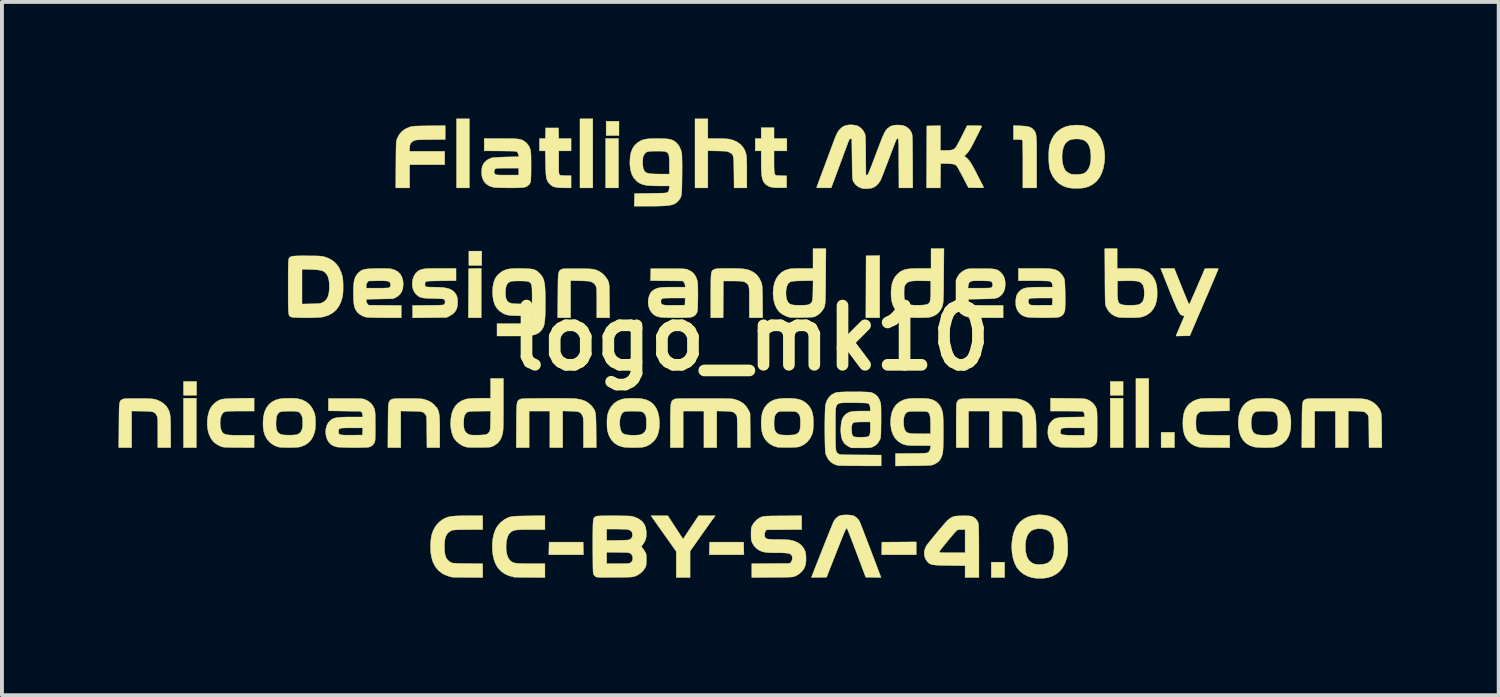
<source format=kicad_pcb>
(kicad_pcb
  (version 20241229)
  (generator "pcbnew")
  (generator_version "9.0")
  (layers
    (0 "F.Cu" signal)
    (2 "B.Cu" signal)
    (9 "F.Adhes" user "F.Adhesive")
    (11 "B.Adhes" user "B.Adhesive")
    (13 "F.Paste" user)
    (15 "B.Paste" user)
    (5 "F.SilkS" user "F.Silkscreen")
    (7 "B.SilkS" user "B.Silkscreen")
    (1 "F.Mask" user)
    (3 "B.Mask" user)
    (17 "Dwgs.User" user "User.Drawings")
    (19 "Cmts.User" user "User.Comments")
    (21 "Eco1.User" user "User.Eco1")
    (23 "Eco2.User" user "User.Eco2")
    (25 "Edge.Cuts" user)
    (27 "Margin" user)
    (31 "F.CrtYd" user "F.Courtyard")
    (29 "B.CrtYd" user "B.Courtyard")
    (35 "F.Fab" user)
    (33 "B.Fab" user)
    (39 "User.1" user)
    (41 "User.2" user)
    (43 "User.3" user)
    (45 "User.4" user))
  (footprint "logo_mk10"
    (layer "F.Cu")
    (at 16.262 5.644)
    (property "Reference" "logo_mk10" (at 0 0 0) (layer "F.SilkS") (effects (font (size 1.524 1.524) (thickness 0.3))))
    (attr through_hole)
    (fp_poly (pts (xy -14.262 2.819) (xy -14.592 2.819) (xy -14.592 1.549) (xy -14.262 1.549) (xy -14.262 2.819)) (stroke (width 0.01) (type solid)) (fill yes) (layer "F.SilkS"))
    (fp_poly (pts (xy -14.256 1.473) (xy -14.592 1.473) (xy -14.592 1.118) (xy -14.256 1.118) (xy -14.256 1.473)) (stroke (width 0.01) (type solid)) (fill yes) (layer "F.SilkS"))
    (fp_poly (pts (xy -7.239 -3.861) (xy -7.569 -3.861) (xy -7.569 -5.639) (xy -7.239 -5.639) (xy -7.239 -3.861)) (stroke (width 0.01) (type solid)) (fill yes) (layer "F.SilkS"))
    (fp_poly (pts (xy -6.921 -1.867) (xy -7.252 -1.867) (xy -7.252 -2.235) (xy -6.921 -2.235) (xy -6.921 -1.867)) (stroke (width 0.01) (type solid)) (fill yes) (layer "F.SilkS"))
    (fp_poly (pts (xy -4.064 -3.861) (xy -4.394 -3.861) (xy -4.394 -5.639) (xy -4.064 -5.639) (xy -4.064 -3.861)) (stroke (width 0.01) (type solid)) (fill yes) (layer "F.SilkS"))
    (fp_poly (pts (xy -3.404 -3.861) (xy -3.734 -3.861) (xy -3.734 -5.131) (xy -3.404 -5.131) (xy -3.404 -3.861)) (stroke (width 0.01) (type solid)) (fill yes) (layer "F.SilkS"))
    (fp_poly (pts (xy -3.391 -5.207) (xy -3.721 -5.207) (xy -3.721 -5.575) (xy -3.391 -5.575) (xy -3.391 -5.207)) (stroke (width 0.01) (type solid)) (fill yes) (layer "F.SilkS"))
    (fp_poly (pts (xy 6.528 6.16) (xy 6.185 6.16) (xy 6.185 5.766) (xy 6.528 5.766) (xy 6.528 6.16)) (stroke (width 0.01) (type solid)) (fill yes) (layer "F.SilkS"))
    (fp_poly (pts (xy 9.576 1.473) (xy 9.246 1.473) (xy 9.246 1.118) (xy 9.576 1.118) (xy 9.576 1.473)) (stroke (width 0.01) (type solid)) (fill yes) (layer "F.SilkS"))
    (fp_poly (pts (xy 9.576 2.819) (xy 9.246 2.819) (xy 9.246 1.549) (xy 9.576 1.549) (xy 9.576 2.819)) (stroke (width 0.01) (type solid)) (fill yes) (layer "F.SilkS"))
    (fp_poly (pts (xy 10.236 2.819) (xy 9.906 2.819) (xy 9.906 1.041) (xy 10.236 1.041) (xy 10.236 2.819)) (stroke (width 0.01) (type solid)) (fill yes) (layer "F.SilkS"))
    (fp_poly (pts (xy 10.897 2.819) (xy 10.554 2.819) (xy 10.554 2.426) (xy 10.897 2.426) (xy 10.897 2.819)) (stroke (width 0.01) (type solid)) (fill yes) (layer "F.SilkS"))
    (fp_poly (pts (xy -6.934 -0.521) (xy -7.265 -0.521) (xy -7.258 -1.784) (xy -7.096 -1.788) (xy -6.934 -1.791) (xy -6.934 -0.521)) (stroke (width 0.01) (type solid)) (fill yes) (layer "F.SilkS"))
    (fp_poly (pts (xy -4.305 5.575) (xy -5.195 5.575) (xy -5.192 5.413) (xy -5.188 5.251) (xy -4.312 5.251) (xy -4.305 5.575)) (stroke (width 0.01) (type solid)) (fill yes) (layer "F.SilkS"))
    (fp_poly (pts (xy -0.177 5.575) (xy -1.068 5.575) (xy -1.064 5.413) (xy -1.06 5.251) (xy -0.184 5.251) (xy -0.177 5.575)) (stroke (width 0.01) (type solid)) (fill yes) (layer "F.SilkS"))
    (fp_poly (pts (xy 4.255 5.575) (xy 3.365 5.575) (xy 3.368 5.413) (xy 3.372 5.251) (xy 4.255 5.245) (xy 4.255 5.575)) (stroke (width 0.01) (type solid)) (fill yes) (layer "F.SilkS"))
    (fp_poly (pts (xy 3.315 -0.521) (xy 2.959 -0.521) (xy 2.962 -1.318) (xy 2.965 -2.115) (xy 3.14 -2.118) (xy 3.315 -2.122) (xy 3.315 -0.521)) (stroke (width 0.01) (type solid)) (fill yes) (layer "F.SilkS"))
    (fp_poly (pts (xy -2.091 4.639) (xy -2.071 4.669) (xy -2.04 4.717) (xy -2 4.777) (xy -1.955 4.846) (xy -1.908 4.919) (xy -1.895 4.939) (xy -1.742 5.172) (xy -1.543 4.872) (xy -1.344 4.572) (xy -0.914 4.572) (xy -0.982 4.664) (xy -1.006 4.697) (xy -1.042 4.747) (xy -1.088 4.811) (xy -1.141 4.887) (xy -1.201 4.971) (xy -1.263 5.059) (xy -1.306 5.12) (xy -1.562 5.483) (xy -1.562 6.16) (xy -1.918 6.16) (xy -1.918 5.489) (xy -2.205 5.084) (xy -2.27 4.992) (xy -2.332 4.905) (xy -2.389 4.825) (xy -2.439 4.754) (xy -2.48 4.696) (xy -2.51 4.653) (xy -2.528 4.628) (xy -2.529 4.626) (xy -2.567 4.572) (xy -2.133 4.572) (xy -2.091 4.639)) (stroke (width 0.01) (type solid)) (fill yes) (layer "F.SilkS"))
    (fp_poly (pts (xy 6.931 -5.458) (xy 7.027 -5.452) (xy 7.102 -5.444) (xy 7.16 -5.43) (xy 7.206 -5.411) (xy 7.243 -5.385) (xy 7.269 -5.359) (xy 7.287 -5.339) (xy 7.302 -5.32) (xy 7.314 -5.299) (xy 7.325 -5.274) (xy 7.333 -5.243) (xy 7.34 -5.204) (xy 7.344 -5.155) (xy 7.348 -5.094) (xy 7.351 -5.018) (xy 7.352 -4.925) (xy 7.353 -4.814) (xy 7.353 -4.681) (xy 7.353 -4.525) (xy 7.353 -4.519) (xy 7.353 -3.861) (xy 6.998 -3.861) (xy 6.998 -4.468) (xy 6.998 -4.618) (xy 6.997 -4.744) (xy 6.996 -4.848) (xy 6.995 -4.931) (xy 6.993 -4.995) (xy 6.991 -5.041) (xy 6.988 -5.071) (xy 6.984 -5.087) (xy 6.982 -5.09) (xy 6.961 -5.098) (xy 6.918 -5.104) (xy 6.862 -5.105) (xy 6.756 -5.105) (xy 6.756 -5.464) (xy 6.931 -5.458)) (stroke (width 0.01) (type solid)) (fill yes) (layer "F.SilkS"))
    (fp_poly (pts (xy 0.597 -5.131) (xy 0.927 -5.131) (xy 0.927 -4.813) (xy 0.597 -4.813) (xy 0.597 -4.542) (xy 0.597 -4.437) (xy 0.599 -4.355) (xy 0.603 -4.292) (xy 0.609 -4.247) (xy 0.618 -4.216) (xy 0.63 -4.197) (xy 0.645 -4.187) (xy 0.652 -4.185) (xy 0.677 -4.181) (xy 0.719 -4.178) (xy 0.772 -4.176) (xy 0.8 -4.175) (xy 0.921 -4.172) (xy 0.921 -3.867) (xy 0.762 -3.865) (xy 0.692 -3.865) (xy 0.624 -3.868) (xy 0.567 -3.873) (xy 0.531 -3.878) (xy 0.45 -3.906) (xy 0.383 -3.951) (xy 0.334 -4.008) (xy 0.332 -4.013) (xy 0.312 -4.054) (xy 0.297 -4.1) (xy 0.285 -4.156) (xy 0.276 -4.223) (xy 0.271 -4.307) (xy 0.268 -4.409) (xy 0.267 -4.524) (xy 0.267 -4.813) (xy 0.114 -4.813) (xy 0.114 -5.131) (xy 0.267 -5.131) (xy 0.267 -5.41) (xy 0.597 -5.41) (xy 0.597 -5.131)) (stroke (width 0.01) (type solid)) (fill yes) (layer "F.SilkS"))
    (fp_poly (pts (xy -4.943 -5.267) (xy -4.939 -5.131) (xy -4.623 -5.131) (xy -4.623 -4.813) (xy -4.94 -4.813) (xy -4.94 -4.516) (xy -4.94 -4.419) (xy -4.939 -4.345) (xy -4.938 -4.289) (xy -4.935 -4.25) (xy -4.932 -4.224) (xy -4.927 -4.208) (xy -4.92 -4.198) (xy -4.905 -4.189) (xy -4.88 -4.183) (xy -4.839 -4.18) (xy -4.778 -4.178) (xy -4.762 -4.178) (xy -4.623 -4.178) (xy -4.623 -3.861) (xy -4.785 -3.862) (xy -4.852 -3.864) (xy -4.916 -3.866) (xy -4.969 -3.87) (xy -5.004 -3.875) (xy -5.067 -3.89) (xy -5.114 -3.912) (xy -5.155 -3.944) (xy -5.181 -3.972) (xy -5.207 -4.003) (xy -5.227 -4.034) (xy -5.243 -4.07) (xy -5.255 -4.113) (xy -5.264 -4.166) (xy -5.271 -4.233) (xy -5.275 -4.317) (xy -5.279 -4.421) (xy -5.28 -4.493) (xy -5.287 -4.813) (xy -5.436 -4.813) (xy -5.436 -5.131) (xy -5.284 -5.131) (xy -5.277 -5.404) (xy -4.947 -5.404) (xy -4.943 -5.267)) (stroke (width 0.01) (type solid)) (fill yes) (layer "F.SilkS"))
    (fp_poly (pts (xy -1.105 -5.131) (xy -0.874 -5.131) (xy -0.793 -5.13) (xy -0.714 -5.128) (xy -0.644 -5.124) (xy -0.588 -5.12) (xy -0.56 -5.116) (xy -0.448 -5.087) (xy -0.348 -5.04) (xy -0.263 -4.978) (xy -0.196 -4.902) (xy -0.174 -4.867) (xy -0.155 -4.83) (xy -0.14 -4.794) (xy -0.128 -4.757) (xy -0.118 -4.714) (xy -0.111 -4.664) (xy -0.107 -4.602) (xy -0.104 -4.525) (xy -0.102 -4.43) (xy -0.102 -4.315) (xy -0.102 -4.258) (xy -0.102 -3.861) (xy -0.43 -3.861) (xy -0.434 -4.258) (xy -0.436 -4.378) (xy -0.437 -4.475) (xy -0.44 -4.553) (xy -0.444 -4.614) (xy -0.451 -4.66) (xy -0.461 -4.694) (xy -0.474 -4.719) (xy -0.491 -4.738) (xy -0.513 -4.754) (xy -0.54 -4.769) (xy -0.553 -4.775) (xy -0.576 -4.786) (xy -0.599 -4.795) (xy -0.625 -4.8) (xy -0.659 -4.805) (xy -0.705 -4.807) (xy -0.767 -4.809) (xy -0.85 -4.811) (xy -0.86 -4.811) (xy -1.105 -4.816) (xy -1.105 -3.861) (xy -1.435 -3.861) (xy -1.435 -5.639) (xy -1.105 -5.639) (xy -1.105 -5.131)) (stroke (width 0.01) (type solid)) (fill yes) (layer "F.SilkS"))
    (fp_poly (pts (xy -7.861 -5.107) (xy -8.239 -5.103) (xy -8.347 -5.102) (xy -8.433 -5.101) (xy -8.5 -5.099) (xy -8.551 -5.097) (xy -8.589 -5.094) (xy -8.617 -5.09) (xy -8.639 -5.085) (xy -8.657 -5.079) (xy -8.675 -5.071) (xy -8.676 -5.07) (xy -8.725 -5.038) (xy -8.756 -4.996) (xy -8.772 -4.939) (xy -8.776 -4.878) (xy -8.776 -4.801) (xy -7.874 -4.801) (xy -7.874 -4.458) (xy -8.776 -4.458) (xy -8.776 -3.861) (xy -9.132 -3.861) (xy -9.129 -4.461) (xy -9.128 -4.6) (xy -9.127 -4.716) (xy -9.126 -4.811) (xy -9.125 -4.889) (xy -9.123 -4.95) (xy -9.121 -4.998) (xy -9.119 -5.035) (xy -9.116 -5.063) (xy -9.112 -5.085) (xy -9.107 -5.103) (xy -9.101 -5.12) (xy -9.096 -5.133) (xy -9.044 -5.232) (xy -8.976 -5.312) (xy -8.89 -5.376) (xy -8.784 -5.423) (xy -8.776 -5.426) (xy -8.752 -5.433) (xy -8.727 -5.44) (xy -8.699 -5.444) (xy -8.665 -5.448) (xy -8.621 -5.451) (xy -8.565 -5.453) (xy -8.493 -5.455) (xy -8.402 -5.457) (xy -8.289 -5.458) (xy -8.277 -5.458) (xy -7.861 -5.463) (xy -7.861 -5.107)) (stroke (width 0.01) (type solid)) (fill yes) (layer "F.SilkS"))
    (fp_poly (pts (xy -12.776 1.88) (xy -13.135 1.88) (xy -13.25 1.88) (xy -13.343 1.881) (xy -13.416 1.883) (xy -13.472 1.887) (xy -13.514 1.895) (xy -13.545 1.905) (xy -13.568 1.919) (xy -13.585 1.938) (xy -13.6 1.962) (xy -13.612 1.984) (xy -13.635 2.049) (xy -13.648 2.127) (xy -13.65 2.209) (xy -13.642 2.29) (xy -13.624 2.362) (xy -13.597 2.418) (xy -13.594 2.422) (xy -13.575 2.444) (xy -13.552 2.462) (xy -13.523 2.475) (xy -13.485 2.486) (xy -13.434 2.493) (xy -13.369 2.498) (xy -13.285 2.501) (xy -13.181 2.502) (xy -13.104 2.502) (xy -12.776 2.502) (xy -12.776 2.819) (xy -13.148 2.818) (xy -13.245 2.817) (xy -13.337 2.816) (xy -13.419 2.814) (xy -13.488 2.812) (xy -13.54 2.809) (xy -13.57 2.806) (xy -13.573 2.806) (xy -13.641 2.785) (xy -13.713 2.748) (xy -13.781 2.703) (xy -13.831 2.658) (xy -13.891 2.575) (xy -13.937 2.475) (xy -13.967 2.361) (xy -13.981 2.238) (xy -13.979 2.108) (xy -13.964 2.001) (xy -13.937 1.893) (xy -13.899 1.805) (xy -13.848 1.731) (xy -13.78 1.668) (xy -13.764 1.655) (xy -13.728 1.63) (xy -13.695 1.609) (xy -13.661 1.593) (xy -13.623 1.581) (xy -13.578 1.571) (xy -13.522 1.564) (xy -13.453 1.56) (xy -13.367 1.556) (xy -13.262 1.554) (xy -13.167 1.552) (xy -12.776 1.547) (xy -12.776 1.88)) (stroke (width 0.01) (type solid)) (fill yes) (layer "F.SilkS"))
    (fp_poly (pts (xy 11.982 1.552) (xy 12.313 1.556) (xy 12.313 1.873) (xy 11.942 1.88) (xy 11.835 1.882) (xy 11.75 1.883) (xy 11.685 1.885) (xy 11.636 1.888) (xy 11.601 1.891) (xy 11.576 1.895) (xy 11.558 1.9) (xy 11.545 1.906) (xy 11.536 1.913) (xy 11.502 1.942) (xy 11.478 1.973) (xy 11.462 2.012) (xy 11.453 2.063) (xy 11.45 2.132) (xy 11.449 2.184) (xy 11.451 2.272) (xy 11.458 2.339) (xy 11.472 2.388) (xy 11.493 2.425) (xy 11.525 2.453) (xy 11.551 2.469) (xy 11.568 2.477) (xy 11.586 2.483) (xy 11.608 2.488) (xy 11.639 2.491) (xy 11.681 2.494) (xy 11.738 2.496) (xy 11.812 2.498) (xy 11.906 2.499) (xy 11.96 2.5) (xy 12.319 2.504) (xy 12.319 2.819) (xy 11.948 2.818) (xy 11.85 2.817) (xy 11.758 2.816) (xy 11.676 2.814) (xy 11.607 2.812) (xy 11.555 2.809) (xy 11.524 2.806) (xy 11.521 2.806) (xy 11.422 2.774) (xy 11.331 2.723) (xy 11.253 2.654) (xy 11.193 2.573) (xy 11.184 2.556) (xy 11.151 2.479) (xy 11.129 2.397) (xy 11.117 2.304) (xy 11.113 2.193) (xy 11.113 2.188) (xy 11.118 2.058) (xy 11.136 1.948) (xy 11.166 1.854) (xy 11.211 1.773) (xy 11.271 1.702) (xy 11.284 1.69) (xy 11.372 1.626) (xy 11.474 1.582) (xy 11.567 1.561) (xy 11.603 1.558) (xy 11.661 1.555) (xy 11.734 1.553) (xy 11.819 1.552) (xy 11.911 1.552) (xy 11.982 1.552)) (stroke (width 0.01) (type solid)) (fill yes) (layer "F.SilkS"))
    (fp_poly (pts (xy -8.839 1.556) (xy -8.729 1.556) (xy -8.641 1.557) (xy -8.572 1.559) (xy -8.517 1.561) (xy -8.475 1.565) (xy -8.441 1.569) (xy -8.411 1.575) (xy -8.396 1.579) (xy -8.301 1.612) (xy -8.224 1.652) (xy -8.159 1.703) (xy -8.139 1.724) (xy -8.105 1.761) (xy -8.077 1.796) (xy -8.055 1.832) (xy -8.037 1.871) (xy -8.024 1.916) (xy -8.015 1.971) (xy -8.008 2.038) (xy -8.004 2.12) (xy -8.002 2.221) (xy -8.001 2.342) (xy -8.001 2.41) (xy -8.001 2.819) (xy -8.33 2.819) (xy -8.334 2.414) (xy -8.335 2.301) (xy -8.336 2.212) (xy -8.337 2.142) (xy -8.339 2.088) (xy -8.342 2.049) (xy -8.345 2.021) (xy -8.349 2.002) (xy -8.354 1.988) (xy -8.361 1.977) (xy -8.364 1.973) (xy -8.386 1.946) (xy -8.408 1.925) (xy -8.435 1.909) (xy -8.469 1.898) (xy -8.515 1.891) (xy -8.575 1.886) (xy -8.655 1.884) (xy -8.741 1.882) (xy -9.004 1.878) (xy -9.004 2.819) (xy -9.335 2.819) (xy -9.332 2.257) (xy -9.331 2.122) (xy -9.33 2.01) (xy -9.329 1.919) (xy -9.327 1.846) (xy -9.326 1.788) (xy -9.323 1.744) (xy -9.321 1.711) (xy -9.317 1.687) (xy -9.313 1.669) (xy -9.308 1.655) (xy -9.304 1.647) (xy -9.291 1.622) (xy -9.277 1.602) (xy -9.259 1.587) (xy -9.235 1.575) (xy -9.202 1.567) (xy -9.156 1.561) (xy -9.095 1.558) (xy -9.017 1.557) (xy -8.917 1.556) (xy -8.839 1.556)) (stroke (width 0.01) (type solid)) (fill yes) (layer "F.SilkS"))
    (fp_poly (pts (xy -5.296 4.928) (xy -5.656 4.928) (xy -5.774 4.928) (xy -5.871 4.929) (xy -5.948 4.932) (xy -6.009 4.936) (xy -6.057 4.942) (xy -6.095 4.951) (xy -6.126 4.963) (xy -6.153 4.978) (xy -6.177 4.996) (xy -6.22 5.041) (xy -6.253 5.104) (xy -6.276 5.188) (xy -6.288 5.258) (xy -6.295 5.367) (xy -6.29 5.47) (xy -6.274 5.563) (xy -6.246 5.643) (xy -6.208 5.705) (xy -6.177 5.736) (xy -6.151 5.754) (xy -6.124 5.769) (xy -6.092 5.781) (xy -6.054 5.79) (xy -6.005 5.796) (xy -5.943 5.8) (xy -5.865 5.802) (xy -5.767 5.804) (xy -5.656 5.804) (xy -5.296 5.804) (xy -5.296 6.16) (xy -5.68 6.158) (xy -5.777 6.157) (xy -5.867 6.157) (xy -5.947 6.156) (xy -6.012 6.154) (xy -6.059 6.153) (xy -6.086 6.152) (xy -6.09 6.151) (xy -6.217 6.117) (xy -6.323 6.07) (xy -6.413 6.008) (xy -6.489 5.931) (xy -6.52 5.89) (xy -6.572 5.794) (xy -6.611 5.682) (xy -6.637 5.558) (xy -6.649 5.426) (xy -6.649 5.293) (xy -6.635 5.162) (xy -6.608 5.038) (xy -6.568 4.928) (xy -6.52 4.842) (xy -6.441 4.749) (xy -6.348 4.676) (xy -6.307 4.652) (xy -6.269 4.633) (xy -6.236 4.618) (xy -6.203 4.606) (xy -6.168 4.597) (xy -6.127 4.59) (xy -6.077 4.585) (xy -6.015 4.581) (xy -5.938 4.579) (xy -5.842 4.577) (xy -5.724 4.575) (xy -5.712 4.575) (xy -5.296 4.57) (xy -5.296 4.928)) (stroke (width 0.01) (type solid)) (fill yes) (layer "F.SilkS"))
    (fp_poly (pts (xy -0.43 -1.79) (xy -0.324 -1.787) (xy -0.236 -1.782) (xy -0.162 -1.774) (xy -0.1 -1.763) (xy -0.047 -1.747) (xy 0.003 -1.727) (xy 0.051 -1.702) (xy 0.083 -1.682) (xy 0.156 -1.622) (xy 0.217 -1.542) (xy 0.264 -1.446) (xy 0.268 -1.435) (xy 0.276 -1.411) (xy 0.283 -1.388) (xy 0.288 -1.362) (xy 0.292 -1.33) (xy 0.295 -1.29) (xy 0.297 -1.237) (xy 0.299 -1.17) (xy 0.3 -1.084) (xy 0.302 -0.977) (xy 0.302 -0.937) (xy 0.307 -0.521) (xy -0.038 -0.521) (xy -0.038 -0.915) (xy -0.038 -1.031) (xy -0.039 -1.125) (xy -0.04 -1.199) (xy -0.043 -1.256) (xy -0.047 -1.299) (xy -0.054 -1.331) (xy -0.062 -1.356) (xy -0.074 -1.374) (xy -0.088 -1.39) (xy -0.104 -1.404) (xy -0.129 -1.425) (xy -0.156 -1.44) (xy -0.19 -1.451) (xy -0.233 -1.458) (xy -0.29 -1.463) (xy -0.364 -1.465) (xy -0.46 -1.466) (xy -0.463 -1.466) (xy -0.705 -1.467) (xy -0.712 -0.521) (xy -1.029 -0.521) (xy -1.029 -1.086) (xy -1.029 -1.23) (xy -1.028 -1.35) (xy -1.028 -1.449) (xy -1.026 -1.53) (xy -1.023 -1.594) (xy -1.019 -1.643) (xy -1.013 -1.681) (xy -1.005 -1.708) (xy -0.994 -1.727) (xy -0.981 -1.741) (xy -0.965 -1.752) (xy -0.946 -1.761) (xy -0.937 -1.765) (xy -0.918 -1.773) (xy -0.897 -1.779) (xy -0.871 -1.783) (xy -0.836 -1.786) (xy -0.788 -1.788) (xy -0.725 -1.79) (xy -0.642 -1.79) (xy -0.559 -1.79) (xy -0.43 -1.79)) (stroke (width 0.01) (type solid)) (fill yes) (layer "F.SilkS"))
    (fp_poly (pts (xy -15.649 1.556) (xy -15.553 1.557) (xy -15.476 1.56) (xy -15.412 1.564) (xy -15.36 1.571) (xy -15.316 1.58) (xy -15.275 1.593) (xy -15.235 1.609) (xy -15.192 1.629) (xy -15.109 1.682) (xy -15.037 1.751) (xy -14.987 1.827) (xy -14.97 1.863) (xy -14.956 1.898) (xy -14.945 1.935) (xy -14.937 1.978) (xy -14.931 2.031) (xy -14.927 2.095) (xy -14.924 2.174) (xy -14.923 2.272) (xy -14.923 2.391) (xy -14.922 2.422) (xy -14.922 2.819) (xy -15.253 2.819) (xy -15.253 2.435) (xy -15.253 2.326) (xy -15.253 2.239) (xy -15.254 2.171) (xy -15.255 2.12) (xy -15.258 2.081) (xy -15.261 2.053) (xy -15.265 2.032) (xy -15.272 2.014) (xy -15.279 1.998) (xy -15.281 1.994) (xy -15.299 1.961) (xy -15.319 1.936) (xy -15.343 1.917) (xy -15.375 1.903) (xy -15.418 1.894) (xy -15.476 1.888) (xy -15.553 1.884) (xy -15.651 1.882) (xy -15.662 1.882) (xy -15.926 1.878) (xy -15.926 2.819) (xy -16.257 2.819) (xy -16.253 2.251) (xy -16.252 2.109) (xy -16.251 1.99) (xy -16.25 1.892) (xy -16.248 1.813) (xy -16.245 1.75) (xy -16.24 1.701) (xy -16.234 1.664) (xy -16.226 1.637) (xy -16.216 1.618) (xy -16.203 1.603) (xy -16.188 1.592) (xy -16.169 1.581) (xy -16.164 1.578) (xy -16.149 1.572) (xy -16.131 1.566) (xy -16.106 1.562) (xy -16.07 1.56) (xy -16.022 1.558) (xy -15.958 1.556) (xy -15.874 1.556) (xy -15.769 1.556) (xy -15.767 1.556) (xy -15.649 1.556)) (stroke (width 0.01) (type solid)) (fill yes) (layer "F.SilkS"))
    (fp_poly (pts (xy -1.057 1.556) (xy -0.925 1.556) (xy -0.814 1.556) (xy -0.722 1.557) (xy -0.646 1.558) (xy -0.585 1.56) (xy -0.537 1.561) (xy -0.499 1.564) (xy -0.468 1.567) (xy -0.444 1.57) (xy -0.423 1.575) (xy -0.407 1.579) (xy -0.293 1.621) (xy -0.199 1.679) (xy -0.123 1.753) (xy -0.064 1.845) (xy -0.06 1.853) (xy -0.019 1.937) (xy -0.015 2.378) (xy -0.011 2.819) (xy -0.342 2.819) (xy -0.346 2.416) (xy -0.347 2.304) (xy -0.348 2.215) (xy -0.349 2.145) (xy -0.351 2.093) (xy -0.353 2.054) (xy -0.356 2.026) (xy -0.361 2.006) (xy -0.366 1.992) (xy -0.373 1.979) (xy -0.379 1.971) (xy -0.403 1.942) (xy -0.428 1.919) (xy -0.46 1.904) (xy -0.502 1.893) (xy -0.559 1.887) (xy -0.635 1.883) (xy -0.683 1.882) (xy -0.876 1.877) (xy -0.876 2.819) (xy -1.206 2.819) (xy -1.206 1.88) (xy -1.74 1.88) (xy -1.74 2.819) (xy -2.07 2.819) (xy -2.07 2.276) (xy -2.069 2.132) (xy -2.069 2.01) (xy -2.067 1.91) (xy -2.065 1.828) (xy -2.061 1.762) (xy -2.056 1.711) (xy -2.049 1.672) (xy -2.04 1.643) (xy -2.029 1.621) (xy -2.014 1.605) (xy -1.997 1.592) (xy -1.981 1.582) (xy -1.971 1.576) (xy -1.96 1.571) (xy -1.945 1.568) (xy -1.925 1.564) (xy -1.898 1.562) (xy -1.861 1.56) (xy -1.813 1.558) (xy -1.752 1.557) (xy -1.674 1.557) (xy -1.579 1.556) (xy -1.464 1.556) (xy -1.327 1.556) (xy -1.213 1.556) (xy -1.057 1.556)) (stroke (width 0.01) (type solid)) (fill yes) (layer "F.SilkS"))
    (fp_poly (pts (xy -6.896 4.926) (xy -7.28 4.93) (xy -7.39 4.931) (xy -7.477 4.932) (xy -7.544 4.934) (xy -7.596 4.936) (xy -7.634 4.939) (xy -7.662 4.942) (xy -7.683 4.947) (xy -7.7 4.953) (xy -7.715 4.961) (xy -7.717 4.962) (xy -7.773 4.999) (xy -7.816 5.045) (xy -7.847 5.104) (xy -7.867 5.178) (xy -7.878 5.27) (xy -7.88 5.366) (xy -7.877 5.476) (xy -7.865 5.566) (xy -7.843 5.637) (xy -7.81 5.694) (xy -7.766 5.738) (xy -7.717 5.77) (xy -7.701 5.778) (xy -7.684 5.784) (xy -7.664 5.789) (xy -7.636 5.793) (xy -7.599 5.795) (xy -7.549 5.797) (xy -7.483 5.799) (xy -7.398 5.8) (xy -7.29 5.801) (xy -7.28 5.802) (xy -6.896 5.806) (xy -6.896 6.16) (xy -7.274 6.158) (xy -7.371 6.157) (xy -7.461 6.156) (xy -7.54 6.155) (xy -7.605 6.154) (xy -7.653 6.153) (xy -7.68 6.151) (xy -7.684 6.151) (xy -7.749 6.135) (xy -7.822 6.11) (xy -7.892 6.08) (xy -7.942 6.053) (xy -8.037 5.977) (xy -8.113 5.884) (xy -8.172 5.773) (xy -8.212 5.645) (xy -8.235 5.499) (xy -8.239 5.337) (xy -8.238 5.309) (xy -8.23 5.203) (xy -8.219 5.115) (xy -8.2 5.038) (xy -8.174 4.966) (xy -8.147 4.907) (xy -8.092 4.818) (xy -8.018 4.738) (xy -7.933 4.672) (xy -7.88 4.642) (xy -7.837 4.623) (xy -7.795 4.608) (xy -7.75 4.596) (xy -7.699 4.587) (xy -7.639 4.581) (xy -7.565 4.576) (xy -7.476 4.574) (xy -7.366 4.573) (xy -7.268 4.572) (xy -6.896 4.572) (xy -6.896 4.926)) (stroke (width 0.01) (type solid)) (fill yes) (layer "F.SilkS"))
    (fp_poly (pts (xy -4.353 -1.784) (xy -4.254 -1.783) (xy -4.175 -1.78) (xy -4.111 -1.776) (xy -4.058 -1.77) (xy -4.013 -1.76) (xy -3.974 -1.748) (xy -3.936 -1.732) (xy -3.896 -1.712) (xy -3.882 -1.704) (xy -3.816 -1.658) (xy -3.753 -1.595) (xy -3.7 -1.524) (xy -3.668 -1.464) (xy -3.661 -1.443) (xy -3.654 -1.423) (xy -3.649 -1.4) (xy -3.645 -1.371) (xy -3.642 -1.334) (xy -3.64 -1.286) (xy -3.638 -1.223) (xy -3.637 -1.142) (xy -3.636 -1.041) (xy -3.635 -0.956) (xy -3.63 -0.521) (xy -3.962 -0.521) (xy -3.962 -0.905) (xy -3.962 -1.015) (xy -3.963 -1.101) (xy -3.964 -1.169) (xy -3.965 -1.22) (xy -3.967 -1.259) (xy -3.971 -1.287) (xy -3.975 -1.308) (xy -3.981 -1.326) (xy -3.989 -1.343) (xy -3.991 -1.347) (xy -4.019 -1.39) (xy -4.057 -1.42) (xy -4.082 -1.434) (xy -4.105 -1.445) (xy -4.129 -1.453) (xy -4.156 -1.459) (xy -4.191 -1.463) (xy -4.239 -1.466) (xy -4.304 -1.469) (xy -4.39 -1.471) (xy -4.636 -1.476) (xy -4.636 -0.521) (xy -4.967 -0.521) (xy -4.963 -1.089) (xy -4.962 -1.23) (xy -4.961 -1.347) (xy -4.96 -1.444) (xy -4.958 -1.522) (xy -4.955 -1.584) (xy -4.951 -1.632) (xy -4.945 -1.668) (xy -4.938 -1.695) (xy -4.929 -1.715) (xy -4.918 -1.731) (xy -4.904 -1.743) (xy -4.888 -1.756) (xy -4.885 -1.758) (xy -4.874 -1.765) (xy -4.861 -1.771) (xy -4.844 -1.776) (xy -4.819 -1.779) (xy -4.784 -1.782) (xy -4.735 -1.783) (xy -4.67 -1.784) (xy -4.585 -1.784) (xy -4.478 -1.784) (xy -4.473 -1.784) (xy -4.353 -1.784)) (stroke (width 0.01) (type solid)) (fill yes) (layer "F.SilkS"))
    (fp_poly (pts (xy -4.99 1.552) (xy -4.87 1.552) (xy -4.761 1.553) (xy -4.667 1.554) (xy -4.589 1.556) (xy -4.531 1.558) (xy -4.497 1.561) (xy -4.37 1.583) (xy -4.262 1.62) (xy -4.172 1.674) (xy -4.097 1.744) (xy -4.075 1.771) (xy -4.052 1.803) (xy -4.032 1.832) (xy -4.017 1.862) (xy -4.005 1.896) (xy -3.996 1.936) (xy -3.99 1.986) (xy -3.985 2.048) (xy -3.982 2.125) (xy -3.98 2.221) (xy -3.978 2.339) (xy -3.978 2.391) (xy -3.974 2.819) (xy -4.305 2.819) (xy -4.305 2.435) (xy -4.305 2.326) (xy -4.306 2.239) (xy -4.306 2.171) (xy -4.308 2.12) (xy -4.31 2.081) (xy -4.313 2.053) (xy -4.318 2.032) (xy -4.324 2.014) (xy -4.332 1.998) (xy -4.334 1.994) (xy -4.355 1.957) (xy -4.379 1.929) (xy -4.409 1.91) (xy -4.45 1.896) (xy -4.506 1.888) (xy -4.58 1.884) (xy -4.645 1.882) (xy -4.839 1.877) (xy -4.839 2.819) (xy -5.169 2.819) (xy -5.169 1.88) (xy -5.702 1.88) (xy -5.702 2.819) (xy -6.033 2.819) (xy -6.03 2.251) (xy -6.029 2.109) (xy -6.028 1.99) (xy -6.026 1.892) (xy -6.024 1.813) (xy -6.021 1.75) (xy -6.017 1.701) (xy -6.01 1.664) (xy -6.003 1.637) (xy -5.992 1.618) (xy -5.98 1.603) (xy -5.964 1.592) (xy -5.946 1.581) (xy -5.94 1.578) (xy -5.929 1.573) (xy -5.915 1.569) (xy -5.895 1.565) (xy -5.868 1.562) (xy -5.831 1.56) (xy -5.782 1.558) (xy -5.719 1.556) (xy -5.639 1.555) (xy -5.541 1.554) (xy -5.423 1.553) (xy -5.281 1.552) (xy -5.253 1.552) (xy -5.119 1.552) (xy -4.99 1.552)) (stroke (width 0.01) (type solid)) (fill yes) (layer "F.SilkS"))
    (fp_poly (pts (xy 4.877 -4.826) (xy 5.007 -4.826) (xy 5.091 -4.828) (xy 5.154 -4.834) (xy 5.201 -4.847) (xy 5.236 -4.866) (xy 5.264 -4.892) (xy 5.28 -4.915) (xy 5.304 -4.957) (xy 5.335 -5.013) (xy 5.372 -5.082) (xy 5.411 -5.157) (xy 5.43 -5.197) (xy 5.563 -5.461) (xy 5.754 -5.461) (xy 5.827 -5.461) (xy 5.879 -5.46) (xy 5.912 -5.458) (xy 5.931 -5.454) (xy 5.939 -5.449) (xy 5.938 -5.441) (xy 5.938 -5.439) (xy 5.93 -5.422) (xy 5.913 -5.386) (xy 5.887 -5.333) (xy 5.854 -5.268) (xy 5.816 -5.192) (xy 5.776 -5.113) (xy 5.726 -5.015) (xy 5.685 -4.937) (xy 5.651 -4.876) (xy 5.622 -4.829) (xy 5.597 -4.792) (xy 5.574 -4.763) (xy 5.557 -4.745) (xy 5.493 -4.679) (xy 5.543 -4.641) (xy 5.592 -4.594) (xy 5.646 -4.523) (xy 5.705 -4.428) (xy 5.738 -4.367) (xy 5.756 -4.333) (xy 5.782 -4.284) (xy 5.812 -4.224) (xy 5.846 -4.158) (xy 5.881 -4.09) (xy 5.915 -4.024) (xy 5.945 -3.964) (xy 5.969 -3.916) (xy 5.986 -3.883) (xy 5.992 -3.87) (xy 5.982 -3.867) (xy 5.95 -3.865) (xy 5.901 -3.863) (xy 5.84 -3.863) (xy 5.797 -3.864) (xy 5.597 -3.867) (xy 5.459 -4.133) (xy 5.418 -4.21) (xy 5.38 -4.281) (xy 5.347 -4.342) (xy 5.319 -4.389) (xy 5.3 -4.42) (xy 5.294 -4.428) (xy 5.269 -4.449) (xy 5.238 -4.464) (xy 5.197 -4.475) (xy 5.14 -4.481) (xy 5.063 -4.485) (xy 5.036 -4.486) (xy 4.883 -4.489) (xy 4.876 -3.861) (xy 4.521 -3.861) (xy 4.524 -4.658) (xy 4.528 -5.455) (xy 4.702 -5.458) (xy 4.877 -5.462) (xy 4.877 -4.826)) (stroke (width 0.01) (type solid)) (fill yes) (layer "F.SilkS"))
    (fp_poly (pts (xy 6.101 1.556) (xy 6.127 1.556) (xy 6.283 1.556) (xy 6.415 1.556) (xy 6.526 1.556) (xy 6.618 1.557) (xy 6.694 1.558) (xy 6.755 1.56) (xy 6.804 1.561) (xy 6.842 1.564) (xy 6.872 1.567) (xy 6.897 1.57) (xy 6.917 1.575) (xy 6.933 1.579) (xy 7.047 1.62) (xy 7.139 1.675) (xy 7.213 1.744) (xy 7.27 1.83) (xy 7.279 1.849) (xy 7.295 1.887) (xy 7.308 1.928) (xy 7.319 1.975) (xy 7.327 2.03) (xy 7.333 2.098) (xy 7.337 2.18) (xy 7.339 2.28) (xy 7.34 2.402) (xy 7.34 2.467) (xy 7.341 2.819) (xy 6.998 2.819) (xy 6.998 2.421) (xy 6.998 2.31) (xy 6.997 2.222) (xy 6.997 2.153) (xy 6.995 2.1) (xy 6.993 2.062) (xy 6.99 2.034) (xy 6.986 2.014) (xy 6.981 2) (xy 6.974 1.987) (xy 6.969 1.981) (xy 6.944 1.948) (xy 6.917 1.923) (xy 6.883 1.906) (xy 6.84 1.894) (xy 6.781 1.887) (xy 6.703 1.883) (xy 6.658 1.882) (xy 6.464 1.877) (xy 6.464 2.819) (xy 6.134 2.819) (xy 6.134 1.88) (xy 5.601 1.88) (xy 5.601 2.819) (xy 5.283 2.819) (xy 5.283 2.251) (xy 5.283 2.116) (xy 5.284 2.003) (xy 5.284 1.912) (xy 5.285 1.839) (xy 5.286 1.781) (xy 5.288 1.738) (xy 5.29 1.706) (xy 5.293 1.682) (xy 5.297 1.665) (xy 5.302 1.653) (xy 5.308 1.642) (xy 5.319 1.624) (xy 5.328 1.609) (xy 5.339 1.596) (xy 5.353 1.586) (xy 5.372 1.577) (xy 5.398 1.57) (xy 5.433 1.565) (xy 5.479 1.561) (xy 5.538 1.559) (xy 5.613 1.557) (xy 5.704 1.556) (xy 5.815 1.556) (xy 5.946 1.556) (xy 6.101 1.556)) (stroke (width 0.01) (type solid)) (fill yes) (layer "F.SilkS"))
    (fp_poly (pts (xy 15.185 1.556) (xy 15.322 1.556) (xy 15.438 1.557) (xy 15.536 1.558) (xy 15.617 1.559) (xy 15.685 1.562) (xy 15.74 1.566) (xy 15.785 1.571) (xy 15.823 1.577) (xy 15.855 1.585) (xy 15.885 1.595) (xy 15.913 1.606) (xy 15.943 1.62) (xy 15.96 1.627) (xy 16.039 1.677) (xy 16.11 1.744) (xy 16.168 1.823) (xy 16.195 1.876) (xy 16.202 1.897) (xy 16.209 1.917) (xy 16.214 1.94) (xy 16.218 1.968) (xy 16.221 2.005) (xy 16.223 2.053) (xy 16.225 2.115) (xy 16.226 2.195) (xy 16.227 2.295) (xy 16.228 2.384) (xy 16.232 2.819) (xy 15.902 2.819) (xy 15.898 2.416) (xy 15.897 2.304) (xy 15.896 2.215) (xy 15.894 2.145) (xy 15.893 2.093) (xy 15.89 2.054) (xy 15.887 2.026) (xy 15.883 2.006) (xy 15.877 1.991) (xy 15.87 1.979) (xy 15.864 1.971) (xy 15.841 1.942) (xy 15.815 1.919) (xy 15.783 1.904) (xy 15.741 1.893) (xy 15.684 1.887) (xy 15.609 1.883) (xy 15.561 1.882) (xy 15.367 1.877) (xy 15.367 2.819) (xy 15.037 2.819) (xy 15.037 1.88) (xy 14.503 1.88) (xy 14.503 2.819) (xy 14.172 2.819) (xy 14.176 2.251) (xy 14.177 2.109) (xy 14.178 1.99) (xy 14.179 1.892) (xy 14.182 1.813) (xy 14.185 1.75) (xy 14.189 1.701) (xy 14.195 1.664) (xy 14.203 1.637) (xy 14.213 1.618) (xy 14.226 1.603) (xy 14.241 1.592) (xy 14.26 1.581) (xy 14.265 1.578) (xy 14.276 1.573) (xy 14.289 1.569) (xy 14.307 1.566) (xy 14.332 1.563) (xy 14.367 1.561) (xy 14.412 1.559) (xy 14.471 1.558) (xy 14.545 1.557) (xy 14.636 1.556) (xy 14.747 1.556) (xy 14.879 1.556) (xy 15.024 1.556) (xy 15.185 1.556)) (stroke (width 0.01) (type solid)) (fill yes) (layer "F.SilkS"))
    (fp_poly (pts (xy 7.579 4.558) (xy 7.708 4.589) (xy 7.823 4.641) (xy 7.922 4.712) (xy 8.005 4.803) (xy 8.072 4.913) (xy 8.121 5.041) (xy 8.123 5.049) (xy 8.134 5.102) (xy 8.142 5.175) (xy 8.148 5.271) (xy 8.15 5.336) (xy 8.152 5.419) (xy 8.152 5.482) (xy 8.15 5.532) (xy 8.146 5.575) (xy 8.138 5.616) (xy 8.129 5.653) (xy 8.085 5.787) (xy 8.024 5.902) (xy 7.947 5.998) (xy 7.854 6.074) (xy 7.744 6.131) (xy 7.626 6.166) (xy 7.531 6.179) (xy 7.425 6.183) (xy 7.32 6.177) (xy 7.239 6.165) (xy 7.122 6.128) (xy 7.016 6.073) (xy 6.924 6) (xy 6.851 5.914) (xy 6.835 5.889) (xy 6.782 5.78) (xy 6.744 5.656) (xy 6.72 5.522) (xy 6.711 5.383) (xy 6.712 5.366) (xy 7.062 5.366) (xy 7.069 5.491) (xy 7.092 5.596) (xy 7.129 5.682) (xy 7.182 5.748) (xy 7.25 5.794) (xy 7.293 5.811) (xy 7.354 5.823) (xy 7.428 5.826) (xy 7.507 5.821) (xy 7.578 5.807) (xy 7.625 5.791) (xy 7.686 5.752) (xy 7.733 5.699) (xy 7.767 5.629) (xy 7.789 5.54) (xy 7.8 5.431) (xy 7.801 5.366) (xy 7.796 5.242) (xy 7.778 5.14) (xy 7.747 5.058) (xy 7.702 4.995) (xy 7.642 4.949) (xy 7.567 4.92) (xy 7.482 4.906) (xy 7.374 4.906) (xy 7.283 4.925) (xy 7.208 4.964) (xy 7.148 5.023) (xy 7.105 5.101) (xy 7.076 5.199) (xy 7.063 5.318) (xy 7.062 5.366) (xy 6.712 5.366) (xy 6.717 5.244) (xy 6.737 5.109) (xy 6.771 4.984) (xy 6.82 4.872) (xy 6.847 4.826) (xy 6.925 4.732) (xy 7.019 4.657) (xy 7.129 4.601) (xy 7.253 4.564) (xy 7.391 4.548) (xy 7.436 4.547) (xy 7.579 4.558)) (stroke (width 0.01) (type solid)) (fill yes) (layer "F.SilkS"))
    (fp_poly (pts (xy 11.011 -1.495) (xy 11.07 -1.35) (xy 11.119 -1.226) (xy 11.161 -1.123) (xy 11.196 -1.04) (xy 11.223 -0.975) (xy 11.244 -0.926) (xy 11.259 -0.892) (xy 11.27 -0.872) (xy 11.275 -0.864) (xy 11.276 -0.864) (xy 11.283 -0.875) (xy 11.298 -0.907) (xy 11.322 -0.958) (xy 11.351 -1.024) (xy 11.387 -1.104) (xy 11.426 -1.195) (xy 11.469 -1.294) (xy 11.482 -1.324) (xy 11.68 -1.784) (xy 11.854 -1.788) (xy 11.918 -1.788) (xy 11.971 -1.787) (xy 12.009 -1.785) (xy 12.026 -1.781) (xy 12.027 -1.78) (xy 12.022 -1.767) (xy 12.008 -1.732) (xy 11.985 -1.678) (xy 11.955 -1.606) (xy 11.918 -1.519) (xy 11.875 -1.418) (xy 11.827 -1.306) (xy 11.775 -1.183) (xy 11.719 -1.053) (xy 11.689 -0.983) (xy 11.631 -0.847) (xy 11.575 -0.717) (xy 11.522 -0.595) (xy 11.473 -0.482) (xy 11.43 -0.38) (xy 11.392 -0.293) (xy 11.362 -0.221) (xy 11.339 -0.168) (xy 11.325 -0.135) (xy 11.322 -0.127) (xy 11.293 -0.057) (xy 11.114 -0.054) (xy 10.935 -0.05) (xy 10.946 -0.079) (xy 10.955 -0.099) (xy 10.971 -0.139) (xy 10.995 -0.194) (xy 11.022 -0.259) (xy 11.053 -0.331) (xy 11.054 -0.333) (xy 11.084 -0.403) (xy 11.11 -0.465) (xy 11.131 -0.515) (xy 11.145 -0.549) (xy 11.151 -0.563) (xy 11.151 -0.564) (xy 11.14 -0.569) (xy 11.113 -0.576) (xy 11.113 -0.576) (xy 11.097 -0.58) (xy 11.081 -0.586) (xy 11.065 -0.595) (xy 11.05 -0.609) (xy 11.033 -0.629) (xy 11.014 -0.657) (xy 10.994 -0.694) (xy 10.97 -0.741) (xy 10.942 -0.801) (xy 10.911 -0.873) (xy 10.874 -0.96) (xy 10.831 -1.063) (xy 10.782 -1.184) (xy 10.727 -1.324) (xy 10.663 -1.484) (xy 10.591 -1.666) (xy 10.565 -1.73) (xy 10.541 -1.791) (xy 10.892 -1.791) (xy 11.011 -1.495)) (stroke (width 0.01) (type solid)) (fill yes) (layer "F.SilkS"))
    (fp_poly (pts (xy -9.393 -1.788) (xy -9.315 -1.785) (xy -9.262 -1.78) (xy -9.252 -1.778) (xy -9.153 -1.748) (xy -9.073 -1.701) (xy -9.011 -1.637) (xy -8.969 -1.556) (xy -8.945 -1.459) (xy -8.941 -1.384) (xy -8.95 -1.28) (xy -8.978 -1.193) (xy -9.025 -1.122) (xy -9.092 -1.066) (xy -9.128 -1.045) (xy -9.201 -1.01) (xy -9.887 -0.997) (xy -9.891 -0.957) (xy -9.885 -0.914) (xy -9.863 -0.881) (xy -9.832 -0.845) (xy -9.412 -0.841) (xy -8.992 -0.837) (xy -8.992 -0.521) (xy -9.414 -0.522) (xy -9.518 -0.523) (xy -9.616 -0.524) (xy -9.704 -0.526) (xy -9.78 -0.528) (xy -9.839 -0.53) (xy -9.879 -0.533) (xy -9.892 -0.534) (xy -9.98 -0.562) (xy -10.059 -0.608) (xy -10.125 -0.668) (xy -10.171 -0.738) (xy -10.174 -0.744) (xy -10.194 -0.802) (xy -10.209 -0.878) (xy -10.218 -0.973) (xy -10.222 -1.09) (xy -10.223 -1.156) (xy -10.221 -1.277) (xy -10.218 -1.339) (xy -9.893 -1.339) (xy -9.893 -1.283) (xy -9.604 -1.283) (xy -9.501 -1.283) (xy -9.422 -1.284) (xy -9.363 -1.287) (xy -9.324 -1.29) (xy -9.301 -1.295) (xy -9.294 -1.299) (xy -9.271 -1.332) (xy -9.266 -1.377) (xy -9.273 -1.41) (xy -9.285 -1.432) (xy -9.304 -1.448) (xy -9.334 -1.46) (xy -9.378 -1.467) (xy -9.439 -1.471) (xy -9.519 -1.472) (xy -9.611 -1.471) (xy -9.832 -1.467) (xy -9.863 -1.431) (xy -9.886 -1.393) (xy -9.893 -1.345) (xy -9.893 -1.339) (xy -10.218 -1.339) (xy -10.215 -1.377) (xy -10.205 -1.459) (xy -10.188 -1.526) (xy -10.165 -1.582) (xy -10.135 -1.63) (xy -10.096 -1.673) (xy -10.096 -1.673) (xy -10.061 -1.705) (xy -10.026 -1.731) (xy -9.988 -1.75) (xy -9.943 -1.764) (xy -9.888 -1.774) (xy -9.818 -1.781) (xy -9.731 -1.785) (xy -9.622 -1.788) (xy -9.614 -1.788) (xy -9.493 -1.789) (xy -9.393 -1.788)) (stroke (width 0.01) (type solid)) (fill yes) (layer "F.SilkS"))
    (fp_poly (pts (xy 5.598 4.575) (xy 5.654 4.58) (xy 5.678 4.585) (xy 5.736 4.612) (xy 5.79 4.658) (xy 5.832 4.715) (xy 5.853 4.766) (xy 5.856 4.792) (xy 5.86 4.838) (xy 5.862 4.905) (xy 5.864 4.994) (xy 5.866 5.105) (xy 5.867 5.239) (xy 5.867 5.398) (xy 5.867 5.492) (xy 5.867 6.16) (xy 5.512 6.16) (xy 5.512 5.857) (xy 5.115 5.852) (xy 4.99 5.85) (xy 4.887 5.848) (xy 4.804 5.844) (xy 4.738 5.839) (xy 4.686 5.833) (xy 4.645 5.823) (xy 4.613 5.811) (xy 4.586 5.795) (xy 4.562 5.775) (xy 4.538 5.75) (xy 4.537 5.748) (xy 4.492 5.682) (xy 4.467 5.605) (xy 4.461 5.521) (xy 4.466 5.491) (xy 4.851 5.491) (xy 4.857 5.513) (xy 4.86 5.516) (xy 4.874 5.518) (xy 4.911 5.52) (xy 4.966 5.522) (xy 5.035 5.523) (xy 5.116 5.524) (xy 5.19 5.524) (xy 5.512 5.524) (xy 5.512 4.928) (xy 5.417 4.928) (xy 5.366 4.929) (xy 5.332 4.933) (xy 5.308 4.943) (xy 5.292 4.956) (xy 5.271 4.978) (xy 5.238 5.014) (xy 5.197 5.061) (xy 5.15 5.117) (xy 5.098 5.179) (xy 5.046 5.242) (xy 4.995 5.305) (xy 4.948 5.363) (xy 4.907 5.414) (xy 4.876 5.455) (xy 4.857 5.481) (xy 4.851 5.491) (xy 4.466 5.491) (xy 4.475 5.436) (xy 4.509 5.356) (xy 4.516 5.345) (xy 4.534 5.319) (xy 4.566 5.277) (xy 4.61 5.223) (xy 4.662 5.158) (xy 4.721 5.086) (xy 4.782 5.012) (xy 4.845 4.936) (xy 4.907 4.864) (xy 4.964 4.797) (xy 5.013 4.741) (xy 5.075 4.677) (xy 5.133 4.633) (xy 5.166 4.614) (xy 5.196 4.6) (xy 5.223 4.59) (xy 5.253 4.584) (xy 5.291 4.579) (xy 5.342 4.576) (xy 5.413 4.574) (xy 5.43 4.574) (xy 5.523 4.573) (xy 5.598 4.575)) (stroke (width 0.01) (type solid)) (fill yes) (layer "F.SilkS"))
    (fp_poly (pts (xy -7.582 -1.475) (xy -7.961 -1.471) (xy -8.075 -1.469) (xy -8.166 -1.468) (xy -8.236 -1.465) (xy -8.288 -1.463) (xy -8.325 -1.459) (xy -8.348 -1.455) (xy -8.36 -1.45) (xy -8.361 -1.449) (xy -8.376 -1.424) (xy -8.382 -1.386) (xy -8.379 -1.348) (xy -8.367 -1.323) (xy -8.348 -1.316) (xy -8.308 -1.312) (xy -8.246 -1.309) (xy -8.16 -1.308) (xy -8.032 -1.306) (xy -7.926 -1.299) (xy -7.838 -1.286) (xy -7.766 -1.268) (xy -7.708 -1.243) (xy -7.658 -1.209) (xy -7.621 -1.174) (xy -7.581 -1.12) (xy -7.555 -1.058) (xy -7.542 -0.983) (xy -7.54 -0.921) (xy -7.547 -0.819) (xy -7.571 -0.736) (xy -7.613 -0.668) (xy -7.674 -0.611) (xy -7.74 -0.572) (xy -7.829 -0.527) (xy -8.264 -0.523) (xy -8.7 -0.519) (xy -8.7 -0.837) (xy -8.298 -0.841) (xy -8.187 -0.842) (xy -8.098 -0.843) (xy -8.029 -0.844) (xy -7.977 -0.846) (xy -7.939 -0.849) (xy -7.914 -0.852) (xy -7.897 -0.856) (xy -7.887 -0.861) (xy -7.88 -0.868) (xy -7.879 -0.869) (xy -7.863 -0.911) (xy -7.866 -0.956) (xy -7.879 -0.985) (xy -7.887 -0.993) (xy -7.899 -1) (xy -7.918 -1.004) (xy -7.948 -1.008) (xy -7.993 -1.011) (xy -8.055 -1.013) (xy -8.138 -1.016) (xy -8.168 -1.016) (xy -8.27 -1.019) (xy -8.351 -1.023) (xy -8.414 -1.029) (xy -8.464 -1.038) (xy -8.504 -1.051) (xy -8.538 -1.068) (xy -8.571 -1.091) (xy -8.6 -1.116) (xy -8.652 -1.177) (xy -8.687 -1.252) (xy -8.705 -1.337) (xy -8.708 -1.425) (xy -8.694 -1.512) (xy -8.665 -1.593) (xy -8.621 -1.663) (xy -8.562 -1.718) (xy -8.559 -1.72) (xy -8.529 -1.739) (xy -8.497 -1.754) (xy -8.462 -1.765) (xy -8.42 -1.775) (xy -8.369 -1.781) (xy -8.304 -1.786) (xy -8.224 -1.789) (xy -8.125 -1.79) (xy -8.005 -1.791) (xy -7.973 -1.791) (xy -7.582 -1.791) (xy -7.582 -1.475)) (stroke (width 0.01) (type solid)) (fill yes) (layer "F.SilkS"))
    (fp_poly (pts (xy 8.479 -5.473) (xy 8.572 -5.46) (xy 8.656 -5.437) (xy 8.731 -5.405) (xy 8.834 -5.341) (xy 8.921 -5.258) (xy 8.991 -5.156) (xy 9.044 -5.035) (xy 9.081 -4.895) (xy 9.096 -4.794) (xy 9.104 -4.705) (xy 9.104 -4.625) (xy 9.097 -4.537) (xy 9.096 -4.528) (xy 9.07 -4.375) (xy 9.027 -4.241) (xy 8.968 -4.126) (xy 8.892 -4.031) (xy 8.801 -3.955) (xy 8.694 -3.898) (xy 8.595 -3.867) (xy 8.524 -3.856) (xy 8.437 -3.85) (xy 8.345 -3.849) (xy 8.254 -3.854) (xy 8.175 -3.864) (xy 8.138 -3.873) (xy 8.022 -3.916) (xy 7.92 -3.981) (xy 7.833 -4.065) (xy 7.761 -4.168) (xy 7.707 -4.287) (xy 7.688 -4.35) (xy 7.677 -4.41) (xy 7.669 -4.488) (xy 7.664 -4.578) (xy 7.663 -4.666) (xy 8.005 -4.666) (xy 8.01 -4.565) (xy 8.026 -4.47) (xy 8.052 -4.387) (xy 8.086 -4.32) (xy 8.106 -4.295) (xy 8.155 -4.256) (xy 8.219 -4.223) (xy 8.242 -4.215) (xy 8.277 -4.209) (xy 8.328 -4.207) (xy 8.389 -4.208) (xy 8.451 -4.211) (xy 8.507 -4.218) (xy 8.55 -4.226) (xy 8.566 -4.232) (xy 8.633 -4.281) (xy 8.685 -4.35) (xy 8.722 -4.438) (xy 8.743 -4.544) (xy 8.749 -4.667) (xy 8.746 -4.717) (xy 8.733 -4.834) (xy 8.708 -4.928) (xy 8.669 -5.002) (xy 8.617 -5.057) (xy 8.55 -5.095) (xy 8.466 -5.115) (xy 8.395 -5.121) (xy 8.291 -5.115) (xy 8.206 -5.093) (xy 8.137 -5.053) (xy 8.084 -4.994) (xy 8.045 -4.915) (xy 8.019 -4.815) (xy 8.012 -4.769) (xy 8.005 -4.666) (xy 7.663 -4.666) (xy 7.663 -4.673) (xy 7.665 -4.767) (xy 7.67 -4.853) (xy 7.679 -4.926) (xy 7.687 -4.966) (xy 7.734 -5.097) (xy 7.798 -5.21) (xy 7.878 -5.303) (xy 7.974 -5.377) (xy 8.086 -5.431) (xy 8.213 -5.464) (xy 8.354 -5.477) (xy 8.369 -5.477) (xy 8.479 -5.473)) (stroke (width 0.01) (type solid)) (fill yes) (layer "F.SilkS"))
    (fp_poly (pts (xy 2.517 4.552) (xy 2.584 4.559) (xy 2.638 4.571) (xy 2.661 4.58) (xy 2.729 4.63) (xy 2.783 4.693) (xy 2.797 4.718) (xy 2.808 4.741) (xy 2.826 4.788) (xy 2.853 4.855) (xy 2.888 4.944) (xy 2.929 5.053) (xy 2.978 5.18) (xy 3.034 5.325) (xy 3.095 5.487) (xy 3.163 5.665) (xy 3.174 5.696) (xy 3.206 5.778) (xy 3.237 5.861) (xy 3.266 5.938) (xy 3.291 6.003) (xy 3.308 6.049) (xy 3.351 6.16) (xy 2.956 6.153) (xy 2.877 5.944) (xy 2.809 5.762) (xy 2.749 5.604) (xy 2.697 5.466) (xy 2.652 5.347) (xy 2.614 5.246) (xy 2.582 5.162) (xy 2.555 5.093) (xy 2.534 5.037) (xy 2.516 4.993) (xy 2.503 4.96) (xy 2.492 4.936) (xy 2.485 4.92) (xy 2.479 4.91) (xy 2.474 4.904) (xy 2.471 4.902) (xy 2.468 4.902) (xy 2.465 4.902) (xy 2.459 4.904) (xy 2.451 4.91) (xy 2.443 4.922) (xy 2.431 4.943) (xy 2.417 4.975) (xy 2.397 5.019) (xy 2.373 5.078) (xy 2.343 5.153) (xy 2.305 5.248) (xy 2.26 5.363) (xy 2.241 5.41) (xy 2.198 5.52) (xy 2.155 5.628) (xy 2.115 5.731) (xy 2.078 5.824) (xy 2.046 5.905) (xy 2.021 5.97) (xy 2.003 6.015) (xy 2.001 6.02) (xy 1.948 6.153) (xy 1.754 6.157) (xy 1.56 6.16) (xy 1.569 6.131) (xy 1.577 6.11) (xy 1.593 6.068) (xy 1.616 6.007) (xy 1.646 5.931) (xy 1.681 5.843) (xy 1.72 5.744) (xy 1.762 5.638) (xy 1.806 5.526) (xy 1.851 5.412) (xy 1.896 5.299) (xy 1.94 5.188) (xy 1.982 5.083) (xy 2.021 4.986) (xy 2.056 4.9) (xy 2.086 4.827) (xy 2.109 4.77) (xy 2.125 4.731) (xy 2.132 4.715) (xy 2.181 4.647) (xy 2.249 4.591) (xy 2.273 4.577) (xy 2.316 4.563) (xy 2.376 4.554) (xy 2.445 4.55) (xy 2.517 4.552)) (stroke (width 0.01) (type solid)) (fill yes) (layer "F.SilkS"))
    (fp_poly (pts (xy 13.398 1.558) (xy 13.494 1.572) (xy 13.574 1.597) (xy 13.644 1.631) (xy 13.706 1.676) (xy 13.72 1.688) (xy 13.789 1.769) (xy 13.84 1.868) (xy 13.875 1.985) (xy 13.892 2.119) (xy 13.893 2.184) (xy 13.887 2.317) (xy 13.866 2.431) (xy 13.831 2.529) (xy 13.781 2.613) (xy 13.742 2.658) (xy 13.658 2.73) (xy 13.562 2.782) (xy 13.476 2.807) (xy 13.427 2.813) (xy 13.361 2.817) (xy 13.283 2.819) (xy 13.2 2.819) (xy 13.117 2.817) (xy 13.041 2.813) (xy 12.978 2.807) (xy 12.934 2.8) (xy 12.93 2.799) (xy 12.823 2.759) (xy 12.733 2.702) (xy 12.661 2.626) (xy 12.605 2.532) (xy 12.566 2.419) (xy 12.543 2.286) (xy 12.54 2.254) (xy 12.539 2.177) (xy 12.87 2.177) (xy 12.874 2.261) (xy 12.887 2.338) (xy 12.902 2.381) (xy 12.926 2.426) (xy 12.955 2.455) (xy 12.997 2.475) (xy 13.02 2.483) (xy 13.063 2.492) (xy 13.123 2.497) (xy 13.193 2.5) (xy 13.265 2.5) (xy 13.332 2.497) (xy 13.386 2.491) (xy 13.399 2.488) (xy 13.463 2.462) (xy 13.513 2.417) (xy 13.536 2.381) (xy 13.548 2.344) (xy 13.556 2.289) (xy 13.559 2.224) (xy 13.558 2.154) (xy 13.554 2.086) (xy 13.545 2.029) (xy 13.532 1.989) (xy 13.532 1.988) (xy 13.512 1.953) (xy 13.492 1.927) (xy 13.466 1.908) (xy 13.431 1.896) (xy 13.383 1.888) (xy 13.317 1.884) (xy 13.233 1.882) (xy 13.142 1.881) (xy 13.072 1.883) (xy 13.019 1.89) (xy 12.98 1.901) (xy 12.952 1.918) (xy 12.929 1.942) (xy 12.917 1.96) (xy 12.892 2.019) (xy 12.876 2.094) (xy 12.87 2.177) (xy 12.539 2.177) (xy 12.539 2.124) (xy 12.554 2.001) (xy 12.586 1.889) (xy 12.633 1.79) (xy 12.693 1.709) (xy 12.749 1.659) (xy 12.804 1.623) (xy 12.86 1.596) (xy 12.922 1.577) (xy 12.995 1.564) (xy 13.084 1.556) (xy 13.151 1.553) (xy 13.285 1.551) (xy 13.398 1.558)) (stroke (width 0.01) (type solid)) (fill yes) (layer "F.SilkS"))
    (fp_poly (pts (xy 9.423 -1.791) (xy 9.7 -1.791) (xy 9.807 -1.79) (xy 9.891 -1.788) (xy 9.957 -1.785) (xy 10.007 -1.78) (xy 10.044 -1.773) (xy 10.05 -1.772) (xy 10.161 -1.731) (xy 10.255 -1.672) (xy 10.332 -1.595) (xy 10.39 -1.5) (xy 10.43 -1.388) (xy 10.44 -1.342) (xy 10.447 -1.287) (xy 10.451 -1.217) (xy 10.452 -1.139) (xy 10.45 -1.063) (xy 10.444 -0.998) (xy 10.44 -0.97) (xy 10.407 -0.852) (xy 10.355 -0.75) (xy 10.286 -0.666) (xy 10.201 -0.6) (xy 10.102 -0.554) (xy 10.027 -0.535) (xy 9.987 -0.53) (xy 9.927 -0.526) (xy 9.854 -0.524) (xy 9.773 -0.523) (xy 9.69 -0.523) (xy 9.611 -0.524) (xy 9.54 -0.526) (xy 9.485 -0.53) (xy 9.454 -0.534) (xy 9.36 -0.565) (xy 9.276 -0.618) (xy 9.205 -0.689) (xy 9.151 -0.775) (xy 9.142 -0.798) (xy 9.135 -0.813) (xy 9.13 -0.829) (xy 9.126 -0.846) (xy 9.122 -0.867) (xy 9.119 -0.895) (xy 9.116 -0.93) (xy 9.115 -0.977) (xy 9.113 -1.035) (xy 9.112 -1.109) (xy 9.111 -1.199) (xy 9.11 -1.308) (xy 9.109 -1.439) (xy 9.109 -1.467) (xy 9.43 -1.467) (xy 9.43 -1.232) (xy 9.431 -1.131) (xy 9.435 -1.051) (xy 9.44 -0.991) (xy 9.449 -0.947) (xy 9.461 -0.915) (xy 9.478 -0.893) (xy 9.493 -0.882) (xy 9.531 -0.864) (xy 9.583 -0.851) (xy 9.653 -0.844) (xy 9.743 -0.842) (xy 9.793 -0.843) (xy 9.866 -0.845) (xy 9.92 -0.85) (xy 9.96 -0.856) (xy 9.99 -0.866) (xy 10.002 -0.871) (xy 10.051 -0.905) (xy 10.087 -0.953) (xy 10.11 -1.017) (xy 10.12 -1.1) (xy 10.12 -1.203) (xy 10.118 -1.221) (xy 10.108 -1.299) (xy 10.089 -1.357) (xy 10.058 -1.402) (xy 10.022 -1.431) (xy 9.993 -1.446) (xy 9.954 -1.458) (xy 9.902 -1.466) (xy 9.835 -1.47) (xy 9.749 -1.472) (xy 9.641 -1.471) (xy 9.627 -1.471) (xy 9.43 -1.467) (xy 9.109 -1.467) (xy 9.109 -1.584) (xy 9.105 -2.299) (xy 9.423 -2.299) (xy 9.423 -1.791)) (stroke (width 0.01) (type solid)) (fill yes) (layer "F.SilkS"))
    (fp_poly (pts (xy 1.927 -1.597) (xy 1.926 -1.438) (xy 1.925 -1.303) (xy 1.924 -1.188) (xy 1.922 -1.093) (xy 1.92 -1.014) (xy 1.917 -0.949) (xy 1.912 -0.897) (xy 1.906 -0.855) (xy 1.899 -0.821) (xy 1.89 -0.793) (xy 1.878 -0.768) (xy 1.865 -0.744) (xy 1.849 -0.72) (xy 1.837 -0.703) (xy 1.786 -0.643) (xy 1.72 -0.591) (xy 1.65 -0.552) (xy 1.628 -0.544) (xy 1.599 -0.539) (xy 1.549 -0.535) (xy 1.484 -0.531) (xy 1.408 -0.528) (xy 1.326 -0.526) (xy 1.243 -0.525) (xy 1.164 -0.525) (xy 1.093 -0.527) (xy 1.035 -0.529) (xy 0.996 -0.533) (xy 0.991 -0.534) (xy 0.914 -0.558) (xy 0.835 -0.596) (xy 0.765 -0.643) (xy 0.724 -0.68) (xy 0.662 -0.767) (xy 0.615 -0.871) (xy 0.585 -0.991) (xy 0.572 -1.126) (xy 0.572 -1.156) (xy 0.574 -1.181) (xy 0.904 -1.181) (xy 0.906 -1.098) (xy 0.917 -1.021) (xy 0.938 -0.955) (xy 0.955 -0.924) (xy 0.981 -0.894) (xy 1.015 -0.872) (xy 1.058 -0.856) (xy 1.116 -0.847) (xy 1.192 -0.843) (xy 1.289 -0.843) (xy 1.303 -0.843) (xy 1.375 -0.845) (xy 1.427 -0.848) (xy 1.464 -0.853) (xy 1.491 -0.861) (xy 1.513 -0.872) (xy 1.538 -0.888) (xy 1.558 -0.907) (xy 1.572 -0.931) (xy 1.582 -0.964) (xy 1.589 -1.009) (xy 1.594 -1.071) (xy 1.597 -1.152) (xy 1.598 -1.224) (xy 1.602 -1.476) (xy 1.331 -1.471) (xy 1.231 -1.469) (xy 1.154 -1.466) (xy 1.094 -1.461) (xy 1.05 -1.454) (xy 1.017 -1.443) (xy 0.992 -1.429) (xy 0.972 -1.41) (xy 0.955 -1.388) (xy 0.929 -1.333) (xy 0.912 -1.262) (xy 0.904 -1.181) (xy 0.574 -1.181) (xy 0.581 -1.296) (xy 0.609 -1.42) (xy 0.654 -1.528) (xy 0.716 -1.618) (xy 0.794 -1.691) (xy 0.888 -1.744) (xy 0.998 -1.777) (xy 1.003 -1.778) (xy 1.036 -1.782) (xy 1.09 -1.785) (xy 1.159 -1.788) (xy 1.238 -1.79) (xy 1.322 -1.791) (xy 1.335 -1.791) (xy 1.6 -1.791) (xy 1.6 -2.299) (xy 1.932 -2.299) (xy 1.927 -1.597)) (stroke (width 0.01) (type solid)) (fill yes) (layer "F.SilkS"))
    (fp_poly (pts (xy 4.962 -1.603) (xy 4.961 -1.449) (xy 4.96 -1.317) (xy 4.959 -1.206) (xy 4.957 -1.114) (xy 4.955 -1.038) (xy 4.952 -0.976) (xy 4.948 -0.926) (xy 4.943 -0.886) (xy 4.937 -0.853) (xy 4.929 -0.825) (xy 4.92 -0.8) (xy 4.909 -0.775) (xy 4.896 -0.749) (xy 4.891 -0.739) (xy 4.837 -0.661) (xy 4.765 -0.599) (xy 4.675 -0.555) (xy 4.598 -0.534) (xy 4.555 -0.528) (xy 4.493 -0.525) (xy 4.417 -0.523) (xy 4.333 -0.522) (xy 4.248 -0.523) (xy 4.167 -0.525) (xy 4.096 -0.529) (xy 4.04 -0.534) (xy 4.013 -0.538) (xy 3.911 -0.571) (xy 3.823 -0.624) (xy 3.753 -0.688) (xy 3.695 -0.763) (xy 3.653 -0.848) (xy 3.625 -0.946) (xy 3.61 -1.061) (xy 3.607 -1.156) (xy 3.943 -1.156) (xy 3.944 -1.086) (xy 3.946 -1.037) (xy 3.95 -1.002) (xy 3.958 -0.976) (xy 3.968 -0.954) (xy 3.969 -0.954) (xy 3.997 -0.914) (xy 4.031 -0.884) (xy 4.074 -0.863) (xy 4.13 -0.85) (xy 4.203 -0.844) (xy 4.296 -0.843) (xy 4.331 -0.843) (xy 4.418 -0.847) (xy 4.482 -0.854) (xy 4.526 -0.864) (xy 4.538 -0.868) (xy 4.565 -0.882) (xy 4.587 -0.9) (xy 4.603 -0.926) (xy 4.614 -0.962) (xy 4.621 -1.012) (xy 4.626 -1.079) (xy 4.628 -1.166) (xy 4.628 -1.226) (xy 4.629 -1.467) (xy 4.432 -1.471) (xy 4.318 -1.472) (xy 4.225 -1.47) (xy 4.152 -1.465) (xy 4.095 -1.454) (xy 4.051 -1.439) (xy 4.017 -1.418) (xy 3.99 -1.389) (xy 3.969 -1.359) (xy 3.958 -1.337) (xy 3.951 -1.311) (xy 3.946 -1.278) (xy 3.944 -1.23) (xy 3.943 -1.163) (xy 3.943 -1.156) (xy 3.607 -1.156) (xy 3.613 -1.286) (xy 3.632 -1.397) (xy 3.665 -1.493) (xy 3.712 -1.575) (xy 3.749 -1.62) (xy 3.797 -1.668) (xy 3.845 -1.706) (xy 3.898 -1.736) (xy 3.959 -1.758) (xy 4.031 -1.774) (xy 4.117 -1.784) (xy 4.222 -1.789) (xy 4.348 -1.791) (xy 4.359 -1.791) (xy 4.636 -1.791) (xy 4.636 -2.299) (xy 4.968 -2.299) (xy 4.962 -1.603)) (stroke (width 0.01) (type solid)) (fill yes) (layer "F.SilkS"))
    (fp_poly (pts (xy -2.924 1.552) (xy -2.846 1.557) (xy -2.794 1.563) (xy -2.681 1.592) (xy -2.583 1.641) (xy -2.503 1.709) (xy -2.439 1.795) (xy -2.392 1.9) (xy -2.362 2.022) (xy -2.35 2.162) (xy -2.35 2.186) (xy -2.355 2.313) (xy -2.373 2.421) (xy -2.403 2.513) (xy -2.449 2.594) (xy -2.496 2.652) (xy -2.581 2.727) (xy -2.677 2.78) (xy -2.767 2.807) (xy -2.816 2.813) (xy -2.883 2.817) (xy -2.96 2.819) (xy -3.044 2.819) (xy -3.126 2.817) (xy -3.202 2.813) (xy -3.265 2.807) (xy -3.31 2.8) (xy -3.313 2.799) (xy -3.421 2.759) (xy -3.512 2.699) (xy -3.586 2.62) (xy -3.643 2.523) (xy -3.682 2.406) (xy -3.684 2.4) (xy -3.693 2.346) (xy -3.698 2.274) (xy -3.7 2.193) (xy -3.7 2.186) (xy -3.372 2.186) (xy -3.368 2.265) (xy -3.355 2.338) (xy -3.334 2.399) (xy -3.305 2.443) (xy -3.298 2.449) (xy -3.252 2.474) (xy -3.182 2.491) (xy -3.091 2.499) (xy -3.035 2.501) (xy -2.972 2.5) (xy -2.912 2.496) (xy -2.864 2.492) (xy -2.845 2.488) (xy -2.78 2.462) (xy -2.73 2.417) (xy -2.707 2.381) (xy -2.698 2.358) (xy -2.691 2.326) (xy -2.688 2.279) (xy -2.686 2.214) (xy -2.686 2.184) (xy -2.688 2.103) (xy -2.693 2.041) (xy -2.705 1.995) (xy -2.723 1.96) (xy -2.751 1.93) (xy -2.773 1.913) (xy -2.788 1.903) (xy -2.807 1.895) (xy -2.833 1.89) (xy -2.87 1.887) (xy -2.923 1.884) (xy -2.997 1.883) (xy -3.014 1.882) (xy -3.105 1.882) (xy -3.175 1.884) (xy -3.228 1.891) (xy -3.266 1.902) (xy -3.294 1.92) (xy -3.315 1.945) (xy -3.33 1.971) (xy -3.354 2.034) (xy -3.368 2.107) (xy -3.372 2.186) (xy -3.7 2.186) (xy -3.699 2.112) (xy -3.694 2.037) (xy -3.686 1.978) (xy -3.684 1.968) (xy -3.645 1.855) (xy -3.587 1.757) (xy -3.512 1.677) (xy -3.421 1.616) (xy -3.316 1.575) (xy -3.249 1.561) (xy -3.183 1.555) (xy -3.101 1.551) (xy -3.012 1.55) (xy -2.924 1.552)) (stroke (width 0.01) (type solid)) (fill yes) (layer "F.SilkS"))
    (fp_poly (pts (xy -6.363 1.696) (xy -6.363 1.848) (xy -6.363 1.976) (xy -6.364 2.084) (xy -6.365 2.173) (xy -6.366 2.246) (xy -6.368 2.305) (xy -6.371 2.353) (xy -6.374 2.391) (xy -6.378 2.422) (xy -6.383 2.448) (xy -6.383 2.448) (xy -6.412 2.552) (xy -6.454 2.636) (xy -6.511 2.703) (xy -6.585 2.757) (xy -6.629 2.78) (xy -6.653 2.791) (xy -6.675 2.799) (xy -6.699 2.805) (xy -6.73 2.809) (xy -6.771 2.812) (xy -6.826 2.813) (xy -6.898 2.815) (xy -6.979 2.815) (xy -7.064 2.816) (xy -7.144 2.815) (xy -7.215 2.813) (xy -7.271 2.81) (xy -7.308 2.807) (xy -7.315 2.806) (xy -7.404 2.776) (xy -7.49 2.726) (xy -7.567 2.661) (xy -7.629 2.586) (xy -7.658 2.534) (xy -7.693 2.431) (xy -7.715 2.314) (xy -7.722 2.19) (xy -7.72 2.166) (xy -7.387 2.166) (xy -7.386 2.24) (xy -7.379 2.307) (xy -7.367 2.361) (xy -7.36 2.38) (xy -7.317 2.44) (xy -7.259 2.478) (xy -7.225 2.49) (xy -7.188 2.495) (xy -7.135 2.498) (xy -7.07 2.499) (xy -7 2.498) (xy -6.932 2.495) (xy -6.87 2.49) (xy -6.821 2.484) (xy -6.791 2.477) (xy -6.789 2.476) (xy -6.757 2.452) (xy -6.729 2.419) (xy -6.725 2.413) (xy -6.716 2.395) (xy -6.709 2.375) (xy -6.704 2.347) (xy -6.701 2.309) (xy -6.698 2.257) (xy -6.696 2.185) (xy -6.695 2.123) (xy -6.691 1.878) (xy -6.977 1.882) (xy -7.077 1.884) (xy -7.155 1.886) (xy -7.214 1.89) (xy -7.258 1.897) (xy -7.29 1.907) (xy -7.313 1.922) (xy -7.332 1.942) (xy -7.348 1.968) (xy -7.359 1.988) (xy -7.374 2.033) (xy -7.383 2.095) (xy -7.387 2.166) (xy -7.72 2.166) (xy -7.714 2.066) (xy -7.693 1.948) (xy -7.658 1.846) (xy -7.602 1.751) (xy -7.528 1.673) (xy -7.437 1.614) (xy -7.333 1.574) (xy -7.277 1.563) (xy -7.238 1.558) (xy -7.179 1.555) (xy -7.106 1.552) (xy -7.025 1.55) (xy -6.944 1.549) (xy -6.693 1.549) (xy -6.693 1.041) (xy -6.363 1.041) (xy -6.363 1.696)) (stroke (width 0.01) (type solid)) (fill yes) (layer "F.SilkS"))
    (fp_poly (pts (xy -2.014 -1.784) (xy -1.917 -1.784) (xy -1.84 -1.783) (xy -1.78 -1.781) (xy -1.733 -1.779) (xy -1.697 -1.776) (xy -1.67 -1.772) (xy -1.647 -1.767) (xy -1.63 -1.761) (xy -1.539 -1.718) (xy -1.467 -1.657) (xy -1.414 -1.58) (xy -1.379 -1.485) (xy -1.371 -1.446) (xy -1.366 -1.399) (xy -1.363 -1.329) (xy -1.361 -1.238) (xy -1.36 -1.128) (xy -1.361 -1.026) (xy -1.363 -0.923) (xy -1.364 -0.842) (xy -1.366 -0.78) (xy -1.369 -0.734) (xy -1.373 -0.7) (xy -1.378 -0.675) (xy -1.384 -0.656) (xy -1.389 -0.644) (xy -1.428 -0.589) (xy -1.484 -0.552) (xy -1.538 -0.534) (xy -1.571 -0.53) (xy -1.625 -0.527) (xy -1.695 -0.524) (xy -1.778 -0.523) (xy -1.868 -0.522) (xy -1.962 -0.522) (xy -2.056 -0.523) (xy -2.144 -0.525) (xy -2.222 -0.528) (xy -2.287 -0.531) (xy -2.333 -0.536) (xy -2.349 -0.538) (xy -2.422 -0.559) (xy -2.478 -0.588) (xy -2.528 -0.631) (xy -2.55 -0.654) (xy -2.597 -0.726) (xy -2.628 -0.811) (xy -2.641 -0.905) (xy -2.639 -0.942) (xy -2.311 -0.942) (xy -2.31 -0.912) (xy -2.304 -0.888) (xy -2.29 -0.871) (xy -2.267 -0.858) (xy -2.231 -0.849) (xy -2.18 -0.844) (xy -2.11 -0.842) (xy -2.019 -0.842) (xy -1.956 -0.842) (xy -1.695 -0.845) (xy -1.688 -1.029) (xy -1.971 -1.029) (xy -2.073 -1.028) (xy -2.152 -1.027) (xy -2.212 -1.024) (xy -2.254 -1.018) (xy -2.283 -1.01) (xy -2.3 -0.997) (xy -2.308 -0.98) (xy -2.311 -0.957) (xy -2.311 -0.942) (xy -2.639 -0.942) (xy -2.636 -1) (xy -2.612 -1.09) (xy -2.595 -1.128) (xy -2.566 -1.177) (xy -2.531 -1.213) (xy -2.491 -1.241) (xy -2.455 -1.26) (xy -2.419 -1.276) (xy -2.38 -1.288) (xy -2.333 -1.296) (xy -2.276 -1.302) (xy -2.204 -1.306) (xy -2.114 -1.308) (xy -2.002 -1.308) (xy -1.993 -1.308) (xy -1.689 -1.308) (xy -1.689 -1.352) (xy -1.701 -1.403) (xy -1.72 -1.431) (xy -1.75 -1.467) (xy -2.165 -1.471) (xy -2.579 -1.475) (xy -2.575 -1.63) (xy -2.572 -1.784) (xy -2.134 -1.784) (xy -2.014 -1.784)) (stroke (width 0.01) (type solid)) (fill yes) (layer "F.SilkS"))
    (fp_poly (pts (xy -10.427 1.556) (xy -10.309 1.556) (xy -10.215 1.557) (xy -10.139 1.557) (xy -10.081 1.559) (xy -10.036 1.56) (xy -10.001 1.563) (xy -9.975 1.567) (xy -9.953 1.572) (xy -9.933 1.579) (xy -9.912 1.587) (xy -9.83 1.63) (xy -9.761 1.69) (xy -9.708 1.762) (xy -9.682 1.822) (xy -9.675 1.847) (xy -9.67 1.875) (xy -9.665 1.907) (xy -9.662 1.949) (xy -9.66 2.003) (xy -9.659 2.072) (xy -9.659 2.16) (xy -9.658 2.269) (xy -9.658 2.273) (xy -9.658 2.381) (xy -9.659 2.467) (xy -9.66 2.533) (xy -9.661 2.584) (xy -9.664 2.621) (xy -9.667 2.648) (xy -9.672 2.668) (xy -9.678 2.685) (xy -9.685 2.698) (xy -9.726 2.756) (xy -9.78 2.792) (xy -9.824 2.807) (xy -9.858 2.812) (xy -9.912 2.815) (xy -9.983 2.817) (xy -10.067 2.819) (xy -10.158 2.819) (xy -10.254 2.819) (xy -10.349 2.817) (xy -10.439 2.815) (xy -10.521 2.812) (xy -10.589 2.808) (xy -10.64 2.804) (xy -10.667 2.799) (xy -10.745 2.771) (xy -10.806 2.732) (xy -10.856 2.678) (xy -10.858 2.676) (xy -10.9 2.601) (xy -10.925 2.516) (xy -10.935 2.425) (xy -10.934 2.408) (xy -10.604 2.408) (xy -10.603 2.436) (xy -10.597 2.457) (xy -10.583 2.474) (xy -10.559 2.485) (xy -10.522 2.493) (xy -10.47 2.497) (xy -10.398 2.499) (xy -10.306 2.499) (xy -10.255 2.498) (xy -9.989 2.496) (xy -9.981 2.311) (xy -10.265 2.311) (xy -10.366 2.312) (xy -10.445 2.313) (xy -10.505 2.316) (xy -10.547 2.322) (xy -10.575 2.331) (xy -10.592 2.344) (xy -10.601 2.362) (xy -10.604 2.386) (xy -10.604 2.408) (xy -10.934 2.408) (xy -10.929 2.335) (xy -10.907 2.251) (xy -10.869 2.179) (xy -10.843 2.148) (xy -10.809 2.116) (xy -10.774 2.09) (xy -10.734 2.071) (xy -10.686 2.056) (xy -10.627 2.045) (xy -10.555 2.038) (xy -10.464 2.034) (xy -10.353 2.032) (xy -10.29 2.032) (xy -9.982 2.032) (xy -9.982 1.989) (xy -9.989 1.949) (xy -10.006 1.916) (xy -10.031 1.886) (xy -10.865 1.873) (xy -10.865 1.556) (xy -10.427 1.556)) (stroke (width 0.01) (type solid)) (fill yes) (layer "F.SilkS"))
    (fp_poly (pts (xy -11.784 1.551) (xy -11.704 1.556) (xy -11.649 1.561) (xy -11.539 1.59) (xy -11.44 1.639) (xy -11.355 1.709) (xy -11.286 1.796) (xy -11.235 1.899) (xy -11.213 1.968) (xy -11.204 2.023) (xy -11.199 2.095) (xy -11.197 2.175) (xy -11.198 2.257) (xy -11.203 2.331) (xy -11.211 2.39) (xy -11.213 2.4) (xy -11.252 2.517) (xy -11.308 2.615) (xy -11.38 2.694) (xy -11.47 2.755) (xy -11.576 2.796) (xy -11.589 2.8) (xy -11.631 2.807) (xy -11.693 2.813) (xy -11.768 2.816) (xy -11.85 2.818) (xy -11.934 2.818) (xy -12.013 2.816) (xy -12.081 2.813) (xy -12.133 2.807) (xy -12.141 2.806) (xy -12.238 2.774) (xy -12.329 2.718) (xy -12.4 2.654) (xy -12.456 2.582) (xy -12.498 2.501) (xy -12.527 2.408) (xy -12.543 2.299) (xy -12.546 2.222) (xy -12.213 2.222) (xy -12.209 2.288) (xy -12.202 2.343) (xy -12.19 2.381) (xy -12.19 2.381) (xy -12.163 2.423) (xy -12.132 2.454) (xy -12.092 2.476) (xy -12.04 2.49) (xy -11.972 2.497) (xy -11.884 2.498) (xy -11.849 2.498) (xy -11.777 2.496) (xy -11.725 2.492) (xy -11.686 2.487) (xy -11.657 2.478) (xy -11.64 2.47) (xy -11.598 2.441) (xy -11.566 2.399) (xy -11.558 2.382) (xy -11.544 2.351) (xy -11.535 2.319) (xy -11.529 2.282) (xy -11.527 2.231) (xy -11.527 2.184) (xy -11.528 2.119) (xy -11.53 2.074) (xy -11.536 2.04) (xy -11.547 2.01) (xy -11.558 1.987) (xy -11.579 1.95) (xy -11.601 1.923) (xy -11.629 1.903) (xy -11.667 1.891) (xy -11.717 1.884) (xy -11.785 1.882) (xy -11.874 1.882) (xy -11.883 1.882) (xy -11.97 1.884) (xy -12.036 1.889) (xy -12.084 1.896) (xy -12.119 1.908) (xy -12.145 1.926) (xy -12.165 1.952) (xy -12.185 1.986) (xy -12.186 1.988) (xy -12.198 2.028) (xy -12.207 2.085) (xy -12.212 2.152) (xy -12.213 2.222) (xy -12.546 2.222) (xy -12.547 2.178) (xy -12.538 2.038) (xy -12.511 1.914) (xy -12.466 1.808) (xy -12.403 1.719) (xy -12.325 1.649) (xy -12.229 1.597) (xy -12.118 1.565) (xy -12.103 1.563) (xy -12.04 1.556) (xy -11.96 1.552) (xy -11.872 1.55) (xy -11.784 1.551)) (stroke (width 0.01) (type solid)) (fill yes) (layer "F.SilkS"))
    (fp_poly (pts (xy 1.308 4.927) (xy 0.856 4.93) (xy 0.404 4.934) (xy 0.38 4.964) (xy 0.36 5.006) (xy 0.356 5.049) (xy 0.357 5.09) (xy 0.364 5.121) (xy 0.378 5.145) (xy 0.403 5.161) (xy 0.442 5.172) (xy 0.497 5.178) (xy 0.572 5.181) (xy 0.669 5.182) (xy 0.672 5.182) (xy 0.754 5.182) (xy 0.835 5.185) (xy 0.909 5.188) (xy 0.969 5.192) (xy 0.999 5.195) (xy 1.115 5.222) (xy 1.214 5.266) (xy 1.296 5.327) (xy 1.359 5.405) (xy 1.382 5.448) (xy 1.399 5.49) (xy 1.41 5.534) (xy 1.417 5.587) (xy 1.42 5.643) (xy 1.42 5.737) (xy 1.411 5.814) (xy 1.391 5.882) (xy 1.364 5.939) (xy 1.317 6.002) (xy 1.253 6.06) (xy 1.181 6.107) (xy 1.145 6.124) (xy 1.126 6.131) (xy 1.108 6.137) (xy 1.088 6.142) (xy 1.062 6.146) (xy 1.029 6.149) (xy 0.986 6.151) (xy 0.93 6.153) (xy 0.858 6.154) (xy 0.769 6.155) (xy 0.659 6.156) (xy 0.549 6.157) (xy 0.025 6.161) (xy 0.025 5.805) (xy 0.515 5.801) (xy 1.006 5.798) (xy 1.036 5.762) (xy 1.059 5.72) (xy 1.068 5.669) (xy 1.063 5.619) (xy 1.043 5.58) (xy 1.041 5.578) (xy 1.022 5.561) (xy 0.995 5.548) (xy 0.96 5.538) (xy 0.911 5.532) (xy 0.847 5.527) (xy 0.763 5.525) (xy 0.666 5.525) (xy 0.558 5.524) (xy 0.47 5.521) (xy 0.399 5.515) (xy 0.341 5.506) (xy 0.291 5.493) (xy 0.246 5.475) (xy 0.216 5.461) (xy 0.144 5.411) (xy 0.081 5.342) (xy 0.04 5.272) (xy 0.025 5.239) (xy 0.016 5.21) (xy 0.01 5.176) (xy 0.007 5.133) (xy 0.006 5.074) (xy 0.006 5.042) (xy 0.007 4.973) (xy 0.009 4.924) (xy 0.013 4.888) (xy 0.021 4.859) (xy 0.032 4.83) (xy 0.038 4.82) (xy 0.086 4.746) (xy 0.15 4.679) (xy 0.224 4.627) (xy 0.263 4.608) (xy 0.283 4.6) (xy 0.302 4.594) (xy 0.323 4.589) (xy 0.349 4.586) (xy 0.383 4.583) (xy 0.428 4.58) (xy 0.486 4.579) (xy 0.56 4.577) (xy 0.652 4.576) (xy 0.767 4.575) (xy 0.822 4.575) (xy 1.308 4.571) (xy 1.308 4.927)) (stroke (width 0.01) (type solid)) (fill yes) (layer "F.SilkS"))
    (fp_poly (pts (xy 7.422 -1.79) (xy 7.528 -1.789) (xy 7.614 -1.787) (xy 7.684 -1.783) (xy 7.741 -1.777) (xy 7.787 -1.769) (xy 7.826 -1.759) (xy 7.86 -1.745) (xy 7.893 -1.728) (xy 7.912 -1.717) (xy 7.964 -1.674) (xy 8.013 -1.615) (xy 8.052 -1.549) (xy 8.066 -1.514) (xy 8.072 -1.484) (xy 8.076 -1.434) (xy 8.08 -1.367) (xy 8.083 -1.287) (xy 8.086 -1.198) (xy 8.087 -1.105) (xy 8.088 -1.012) (xy 8.088 -0.924) (xy 8.086 -0.844) (xy 8.084 -0.776) (xy 8.08 -0.725) (xy 8.077 -0.702) (xy 8.052 -0.631) (xy 8.01 -0.579) (xy 7.95 -0.545) (xy 7.912 -0.535) (xy 7.876 -0.53) (xy 7.819 -0.526) (xy 7.746 -0.524) (xy 7.661 -0.522) (xy 7.569 -0.522) (xy 7.474 -0.522) (xy 7.38 -0.523) (xy 7.292 -0.525) (xy 7.214 -0.528) (xy 7.152 -0.532) (xy 7.108 -0.537) (xy 7.099 -0.538) (xy 7.008 -0.568) (xy 6.935 -0.615) (xy 6.878 -0.68) (xy 6.844 -0.743) (xy 6.828 -0.784) (xy 6.819 -0.827) (xy 6.815 -0.882) (xy 6.815 -0.921) (xy 6.815 -0.941) (xy 7.137 -0.941) (xy 7.147 -0.892) (xy 7.177 -0.86) (xy 7.207 -0.847) (xy 7.227 -0.845) (xy 7.268 -0.844) (xy 7.327 -0.843) (xy 7.397 -0.842) (xy 7.476 -0.843) (xy 7.493 -0.843) (xy 7.753 -0.845) (xy 7.761 -1.029) (xy 7.477 -1.029) (xy 7.376 -1.028) (xy 7.297 -1.027) (xy 7.237 -1.024) (xy 7.195 -1.018) (xy 7.166 -1.01) (xy 7.149 -0.997) (xy 7.141 -0.979) (xy 7.138 -0.956) (xy 7.137 -0.941) (xy 6.815 -0.941) (xy 6.818 -1.004) (xy 6.829 -1.069) (xy 6.849 -1.122) (xy 6.882 -1.17) (xy 6.894 -1.184) (xy 6.927 -1.217) (xy 6.961 -1.245) (xy 7 -1.266) (xy 7.046 -1.282) (xy 7.103 -1.293) (xy 7.173 -1.301) (xy 7.26 -1.306) (xy 7.368 -1.308) (xy 7.452 -1.308) (xy 7.76 -1.308) (xy 7.76 -1.346) (xy 7.751 -1.402) (xy 7.723 -1.441) (xy 7.685 -1.46) (xy 7.66 -1.464) (xy 7.613 -1.467) (xy 7.548 -1.469) (xy 7.468 -1.471) (xy 7.377 -1.473) (xy 7.277 -1.473) (xy 7.261 -1.473) (xy 6.883 -1.473) (xy 6.883 -1.791) (xy 7.293 -1.791) (xy 7.422 -1.79)) (stroke (width 0.01) (type solid)) (fill yes) (layer "F.SilkS"))
    (fp_poly (pts (xy 1.063 1.553) (xy 1.165 1.563) (xy 1.25 1.581) (xy 1.323 1.609) (xy 1.388 1.647) (xy 1.445 1.694) (xy 1.506 1.761) (xy 1.552 1.837) (xy 1.584 1.923) (xy 1.604 2.024) (xy 1.611 2.143) (xy 1.61 2.232) (xy 1.606 2.312) (xy 1.601 2.373) (xy 1.594 2.42) (xy 1.583 2.459) (xy 1.576 2.478) (xy 1.524 2.584) (xy 1.455 2.671) (xy 1.37 2.739) (xy 1.279 2.785) (xy 1.252 2.794) (xy 1.224 2.802) (xy 1.189 2.807) (xy 1.143 2.81) (xy 1.082 2.813) (xy 1.001 2.814) (xy 0.972 2.815) (xy 0.892 2.815) (xy 0.817 2.814) (xy 0.752 2.812) (xy 0.703 2.81) (xy 0.675 2.806) (xy 0.575 2.774) (xy 0.483 2.721) (xy 0.405 2.652) (xy 0.346 2.57) (xy 0.338 2.556) (xy 0.305 2.479) (xy 0.283 2.396) (xy 0.271 2.303) (xy 0.269 2.25) (xy 0.599 2.25) (xy 0.606 2.324) (xy 0.623 2.38) (xy 0.65 2.424) (xy 0.663 2.439) (xy 0.693 2.463) (xy 0.73 2.48) (xy 0.779 2.491) (xy 0.844 2.497) (xy 0.928 2.498) (xy 0.965 2.498) (xy 1.037 2.496) (xy 1.088 2.492) (xy 1.126 2.487) (xy 1.155 2.478) (xy 1.174 2.469) (xy 1.212 2.444) (xy 1.24 2.414) (xy 1.259 2.373) (xy 1.27 2.319) (xy 1.275 2.245) (xy 1.276 2.184) (xy 1.275 2.103) (xy 1.269 2.041) (xy 1.258 1.995) (xy 1.239 1.96) (xy 1.211 1.93) (xy 1.19 1.913) (xy 1.175 1.903) (xy 1.157 1.896) (xy 1.134 1.891) (xy 1.1 1.888) (xy 1.05 1.887) (xy 0.982 1.886) (xy 0.94 1.886) (xy 0.86 1.886) (xy 0.802 1.887) (xy 0.761 1.889) (xy 0.733 1.893) (xy 0.713 1.899) (xy 0.697 1.907) (xy 0.69 1.913) (xy 0.653 1.945) (xy 0.628 1.983) (xy 0.612 2.032) (xy 0.602 2.097) (xy 0.599 2.156) (xy 0.599 2.25) (xy 0.269 2.25) (xy 0.267 2.191) (xy 0.267 2.189) (xy 0.272 2.061) (xy 0.288 1.954) (xy 0.316 1.863) (xy 0.358 1.784) (xy 0.413 1.715) (xy 0.434 1.694) (xy 0.494 1.645) (xy 0.559 1.608) (xy 0.632 1.58) (xy 0.719 1.563) (xy 0.821 1.553) (xy 0.94 1.55) (xy 1.063 1.553)) (stroke (width 0.01) (type solid)) (fill yes) (layer "F.SilkS"))
    (fp_poly (pts (xy -11.417 -2.114) (xy -11.307 -2.113) (xy -11.218 -2.112) (xy -11.148 -2.111) (xy -11.094 -2.108) (xy -11.051 -2.105) (xy -11.016 -2.1) (xy -10.986 -2.094) (xy -10.973 -2.091) (xy -10.85 -2.046) (xy -10.746 -1.984) (xy -10.659 -1.903) (xy -10.589 -1.805) (xy -10.535 -1.687) (xy -10.514 -1.617) (xy -10.502 -1.567) (xy -10.494 -1.516) (xy -10.489 -1.457) (xy -10.487 -1.383) (xy -10.486 -1.327) (xy -10.487 -1.23) (xy -10.491 -1.151) (xy -10.5 -1.083) (xy -10.513 -1.02) (xy -10.534 -0.954) (xy -10.543 -0.927) (xy -10.596 -0.816) (xy -10.667 -0.722) (xy -10.756 -0.645) (xy -10.862 -0.586) (xy -10.983 -0.547) (xy -11.018 -0.54) (xy -11.066 -0.533) (xy -11.13 -0.529) (xy -11.208 -0.525) (xy -11.295 -0.522) (xy -11.387 -0.521) (xy -11.48 -0.521) (xy -11.57 -0.522) (xy -11.652 -0.524) (xy -11.722 -0.527) (xy -11.777 -0.531) (xy -11.813 -0.537) (xy -11.82 -0.539) (xy -11.836 -0.547) (xy -11.851 -0.554) (xy -11.863 -0.565) (xy -11.873 -0.579) (xy -11.88 -0.6) (xy -11.887 -0.63) (xy -11.891 -0.669) (xy -11.895 -0.721) (xy -11.897 -0.788) (xy -11.899 -0.871) (xy -11.899 -0.874) (xy -11.544 -0.874) (xy -11.313 -0.879) (xy -11.227 -0.881) (xy -11.163 -0.883) (xy -11.115 -0.887) (xy -11.08 -0.891) (xy -11.052 -0.898) (xy -11.028 -0.907) (xy -11.024 -0.909) (xy -10.961 -0.947) (xy -10.912 -0.998) (xy -10.877 -1.064) (xy -10.854 -1.147) (xy -10.843 -1.25) (xy -10.841 -1.321) (xy -10.845 -1.426) (xy -10.856 -1.511) (xy -10.877 -1.579) (xy -10.907 -1.635) (xy -10.929 -1.663) (xy -10.959 -1.692) (xy -10.991 -1.714) (xy -11.029 -1.731) (xy -11.078 -1.743) (xy -11.141 -1.752) (xy -11.223 -1.758) (xy -11.319 -1.762) (xy -11.544 -1.769) (xy -11.544 -0.874) (xy -11.899 -0.874) (xy -11.9 -0.972) (xy -11.9 -1.094) (xy -11.9 -1.238) (xy -11.9 -1.321) (xy -11.9 -1.474) (xy -11.9 -1.604) (xy -11.899 -1.713) (xy -11.898 -1.802) (xy -11.897 -1.874) (xy -11.895 -1.93) (xy -11.893 -1.973) (xy -11.89 -2.004) (xy -11.887 -2.026) (xy -11.883 -2.04) (xy -11.881 -2.044) (xy -11.87 -2.063) (xy -11.856 -2.078) (xy -11.836 -2.09) (xy -11.808 -2.099) (xy -11.769 -2.106) (xy -11.717 -2.11) (xy -11.648 -2.113) (xy -11.56 -2.114) (xy -11.45 -2.114) (xy -11.417 -2.114)) (stroke (width 0.01) (type solid)) (fill yes) (layer "F.SilkS"))
    (fp_poly (pts (xy -6.436 -5.131) (xy -6.309 -5.13) (xy -6.204 -5.129) (xy -6.119 -5.128) (xy -6.051 -5.124) (xy -5.997 -5.12) (xy -5.953 -5.114) (xy -5.917 -5.105) (xy -5.887 -5.095) (xy -5.859 -5.081) (xy -5.848 -5.076) (xy -5.772 -5.02) (xy -5.713 -4.947) (xy -5.674 -4.858) (xy -5.672 -4.852) (xy -5.666 -4.827) (xy -5.661 -4.795) (xy -5.657 -4.754) (xy -5.654 -4.701) (xy -5.653 -4.632) (xy -5.652 -4.544) (xy -5.652 -4.435) (xy -5.652 -4.42) (xy -5.652 -4.319) (xy -5.653 -4.226) (xy -5.655 -4.146) (xy -5.658 -4.081) (xy -5.661 -4.034) (xy -5.665 -4.011) (xy -5.692 -3.958) (xy -5.739 -3.914) (xy -5.8 -3.883) (xy -5.829 -3.875) (xy -5.865 -3.87) (xy -5.921 -3.867) (xy -5.994 -3.864) (xy -6.079 -3.862) (xy -6.171 -3.862) (xy -6.266 -3.862) (xy -6.359 -3.863) (xy -6.446 -3.865) (xy -6.522 -3.868) (xy -6.583 -3.872) (xy -6.624 -3.877) (xy -6.63 -3.878) (xy -6.723 -3.909) (xy -6.801 -3.959) (xy -6.861 -4.026) (xy -6.902 -4.107) (xy -6.91 -4.131) (xy -6.919 -4.184) (xy -6.922 -4.251) (xy -6.922 -4.28) (xy -6.604 -4.28) (xy -6.595 -4.243) (xy -6.579 -4.216) (xy -6.569 -4.208) (xy -6.557 -4.202) (xy -6.538 -4.198) (xy -6.511 -4.194) (xy -6.47 -4.193) (xy -6.413 -4.191) (xy -6.337 -4.191) (xy -6.261 -4.191) (xy -5.969 -4.191) (xy -5.969 -4.369) (xy -6.261 -4.369) (xy -6.355 -4.369) (xy -6.427 -4.368) (xy -6.48 -4.367) (xy -6.517 -4.365) (xy -6.543 -4.361) (xy -6.56 -4.357) (xy -6.571 -4.35) (xy -6.579 -4.343) (xy -6.598 -4.311) (xy -6.604 -4.28) (xy -6.922 -4.28) (xy -6.921 -4.321) (xy -6.914 -4.381) (xy -6.91 -4.404) (xy -6.877 -4.478) (xy -6.824 -4.544) (xy -6.755 -4.596) (xy -6.674 -4.631) (xy -6.658 -4.635) (xy -6.629 -4.64) (xy -6.578 -4.644) (xy -6.511 -4.648) (xy -6.431 -4.652) (xy -6.343 -4.655) (xy -6.282 -4.657) (xy -5.967 -4.664) (xy -5.975 -4.71) (xy -5.988 -4.749) (xy -6.007 -4.78) (xy -6.008 -4.782) (xy -6.016 -4.789) (xy -6.027 -4.794) (xy -6.042 -4.799) (xy -6.066 -4.802) (xy -6.1 -4.805) (xy -6.148 -4.807) (xy -6.212 -4.808) (xy -6.295 -4.809) (xy -6.399 -4.81) (xy -6.446 -4.811) (xy -6.858 -4.814) (xy -6.858 -5.131) (xy -6.436 -5.131)) (stroke (width 0.01) (type solid)) (fill yes) (layer "F.SilkS"))
    (fp_poly (pts (xy 8.15 1.552) (xy 8.268 1.553) (xy 8.364 1.555) (xy 8.44 1.556) (xy 8.499 1.558) (xy 8.545 1.561) (xy 8.58 1.564) (xy 8.607 1.568) (xy 8.629 1.573) (xy 8.649 1.58) (xy 8.665 1.586) (xy 8.743 1.629) (xy 8.811 1.688) (xy 8.863 1.76) (xy 8.884 1.804) (xy 8.891 1.825) (xy 8.897 1.848) (xy 8.901 1.874) (xy 8.904 1.908) (xy 8.906 1.952) (xy 8.908 2.01) (xy 8.909 2.085) (xy 8.909 2.179) (xy 8.909 2.267) (xy 8.909 2.378) (xy 8.909 2.466) (xy 8.908 2.535) (xy 8.906 2.588) (xy 8.904 2.626) (xy 8.901 2.654) (xy 8.897 2.675) (xy 8.891 2.69) (xy 8.884 2.703) (xy 8.884 2.704) (xy 8.837 2.761) (xy 8.776 2.797) (xy 8.743 2.807) (xy 8.716 2.81) (xy 8.667 2.813) (xy 8.602 2.815) (xy 8.523 2.816) (xy 8.436 2.817) (xy 8.344 2.817) (xy 8.252 2.817) (xy 8.164 2.816) (xy 8.083 2.815) (xy 8.015 2.812) (xy 7.963 2.81) (xy 7.931 2.806) (xy 7.929 2.806) (xy 7.838 2.777) (xy 7.763 2.728) (xy 7.704 2.661) (xy 7.664 2.578) (xy 7.643 2.481) (xy 7.64 2.432) (xy 7.641 2.411) (xy 7.963 2.411) (xy 7.968 2.45) (xy 7.973 2.46) (xy 7.985 2.473) (xy 8.006 2.483) (xy 8.037 2.49) (xy 8.083 2.495) (xy 8.146 2.499) (xy 8.228 2.5) (xy 8.315 2.501) (xy 8.585 2.502) (xy 8.585 2.311) (xy 8.299 2.311) (xy 8.207 2.312) (xy 8.136 2.312) (xy 8.084 2.313) (xy 8.047 2.316) (xy 8.022 2.319) (xy 8.006 2.324) (xy 7.995 2.331) (xy 7.988 2.337) (xy 7.97 2.369) (xy 7.963 2.411) (xy 7.641 2.411) (xy 7.644 2.341) (xy 7.658 2.267) (xy 7.685 2.207) (xy 7.726 2.153) (xy 7.734 2.145) (xy 7.764 2.116) (xy 7.793 2.093) (xy 7.825 2.075) (xy 7.861 2.062) (xy 7.906 2.052) (xy 7.963 2.045) (xy 8.035 2.04) (xy 8.125 2.037) (xy 8.238 2.035) (xy 8.252 2.035) (xy 8.585 2.03) (xy 8.585 1.992) (xy 8.578 1.947) (xy 8.56 1.908) (xy 8.542 1.889) (xy 8.526 1.887) (xy 8.488 1.885) (xy 8.431 1.883) (xy 8.358 1.882) (xy 8.272 1.881) (xy 8.177 1.88) (xy 8.118 1.88) (xy 7.709 1.88) (xy 7.709 1.547) (xy 8.15 1.552)) (stroke (width 0.01) (type solid)) (fill yes) (layer "F.SilkS"))
    (fp_poly (pts (xy 6.028 -1.784) (xy 6.122 -1.782) (xy 6.198 -1.779) (xy 6.257 -1.773) (xy 6.305 -1.763) (xy 6.343 -1.75) (xy 6.376 -1.732) (xy 6.406 -1.709) (xy 6.437 -1.68) (xy 6.44 -1.677) (xy 6.49 -1.614) (xy 6.524 -1.544) (xy 6.541 -1.46) (xy 6.545 -1.378) (xy 6.536 -1.277) (xy 6.508 -1.192) (xy 6.461 -1.122) (xy 6.438 -1.099) (xy 6.41 -1.075) (xy 6.384 -1.055) (xy 6.357 -1.04) (xy 6.326 -1.029) (xy 6.287 -1.02) (xy 6.238 -1.014) (xy 6.173 -1.01) (xy 6.092 -1.007) (xy 5.989 -1.005) (xy 5.944 -1.004) (xy 5.594 -0.997) (xy 5.598 -0.954) (xy 5.607 -0.904) (xy 5.63 -0.872) (xy 5.669 -0.853) (xy 5.674 -0.852) (xy 5.7 -0.848) (xy 5.749 -0.845) (xy 5.818 -0.842) (xy 5.903 -0.84) (xy 6.002 -0.839) (xy 6.106 -0.838) (xy 6.49 -0.838) (xy 6.49 -0.521) (xy 6.067 -0.522) (xy 5.927 -0.523) (xy 5.812 -0.524) (xy 5.72 -0.527) (xy 5.65 -0.53) (xy 5.603 -0.535) (xy 5.582 -0.539) (xy 5.484 -0.573) (xy 5.404 -0.625) (xy 5.342 -0.695) (xy 5.304 -0.761) (xy 5.296 -0.78) (xy 5.29 -0.799) (xy 5.285 -0.822) (xy 5.281 -0.853) (xy 5.279 -0.894) (xy 5.278 -0.95) (xy 5.277 -1.023) (xy 5.277 -1.116) (xy 5.277 -1.156) (xy 5.277 -1.283) (xy 5.585 -1.283) (xy 5.881 -1.283) (xy 5.977 -1.283) (xy 6.05 -1.284) (xy 6.105 -1.285) (xy 6.144 -1.288) (xy 6.171 -1.291) (xy 6.188 -1.296) (xy 6.199 -1.303) (xy 6.2 -1.304) (xy 6.218 -1.336) (xy 6.222 -1.378) (xy 6.209 -1.42) (xy 6.199 -1.437) (xy 6.188 -1.448) (xy 6.176 -1.456) (xy 6.157 -1.462) (xy 6.128 -1.466) (xy 6.083 -1.468) (xy 6.02 -1.47) (xy 5.976 -1.471) (xy 5.901 -1.472) (xy 5.829 -1.472) (xy 5.767 -1.471) (xy 5.72 -1.469) (xy 5.708 -1.467) (xy 5.658 -1.457) (xy 5.625 -1.436) (xy 5.605 -1.401) (xy 5.593 -1.345) (xy 5.593 -1.342) (xy 5.585 -1.283) (xy 5.277 -1.283) (xy 5.277 -1.492) (xy 5.312 -1.564) (xy 5.36 -1.64) (xy 5.425 -1.701) (xy 5.509 -1.75) (xy 5.511 -1.751) (xy 5.533 -1.761) (xy 5.553 -1.769) (xy 5.575 -1.775) (xy 5.602 -1.779) (xy 5.637 -1.782) (xy 5.684 -1.783) (xy 5.748 -1.784) (xy 5.83 -1.784) (xy 5.912 -1.784) (xy 6.028 -1.784)) (stroke (width 0.01) (type solid)) (fill yes) (layer "F.SilkS"))
    (fp_poly (pts (xy -5.911 -1.788) (xy -5.89 -1.788) (xy -5.786 -1.785) (xy -5.704 -1.781) (xy -5.639 -1.774) (xy -5.587 -1.764) (xy -5.545 -1.749) (xy -5.509 -1.729) (xy -5.473 -1.701) (xy -5.436 -1.666) (xy -5.435 -1.665) (xy -5.399 -1.626) (xy -5.369 -1.586) (xy -5.345 -1.542) (xy -5.325 -1.49) (xy -5.31 -1.429) (xy -5.299 -1.356) (xy -5.292 -1.268) (xy -5.287 -1.162) (xy -5.284 -1.035) (xy -5.284 -0.902) (xy -5.285 -0.757) (xy -5.287 -0.635) (xy -5.292 -0.534) (xy -5.298 -0.45) (xy -5.307 -0.383) (xy -5.319 -0.329) (xy -5.334 -0.285) (xy -5.338 -0.275) (xy -5.386 -0.196) (xy -5.451 -0.135) (xy -5.533 -0.092) (xy -5.633 -0.066) (xy -5.648 -0.064) (xy -5.683 -0.061) (xy -5.738 -0.058) (xy -5.812 -0.055) (xy -5.898 -0.053) (xy -5.994 -0.052) (xy -6.096 -0.051) (xy -6.131 -0.051) (xy -6.528 -0.051) (xy -6.528 -0.368) (xy -6.156 -0.369) (xy -6.059 -0.369) (xy -5.968 -0.37) (xy -5.886 -0.372) (xy -5.818 -0.374) (xy -5.767 -0.377) (xy -5.737 -0.38) (xy -5.734 -0.381) (xy -5.679 -0.404) (xy -5.643 -0.444) (xy -5.627 -0.499) (xy -5.626 -0.515) (xy -5.626 -0.572) (xy -5.899 -0.572) (xy -6.01 -0.572) (xy -6.1 -0.575) (xy -6.172 -0.579) (xy -6.231 -0.586) (xy -6.28 -0.597) (xy -6.323 -0.611) (xy -6.364 -0.629) (xy -6.367 -0.631) (xy -6.456 -0.688) (xy -6.527 -0.759) (xy -6.581 -0.847) (xy -6.617 -0.952) (xy -6.637 -1.075) (xy -6.642 -1.181) (xy -6.641 -1.199) (xy -6.31 -1.199) (xy -6.309 -1.105) (xy -6.299 -1.031) (xy -6.278 -0.975) (xy -6.257 -0.946) (xy -6.235 -0.924) (xy -6.209 -0.908) (xy -6.175 -0.895) (xy -6.131 -0.887) (xy -6.071 -0.881) (xy -5.994 -0.878) (xy -5.895 -0.877) (xy -5.877 -0.877) (xy -5.626 -0.876) (xy -5.626 -1.112) (xy -5.627 -1.216) (xy -5.63 -1.297) (xy -5.639 -1.359) (xy -5.656 -1.403) (xy -5.683 -1.434) (xy -5.723 -1.452) (xy -5.779 -1.462) (xy -5.853 -1.466) (xy -5.948 -1.467) (xy -5.95 -1.467) (xy -6.028 -1.467) (xy -6.086 -1.465) (xy -6.128 -1.462) (xy -6.158 -1.458) (xy -6.182 -1.451) (xy -6.204 -1.441) (xy -6.247 -1.411) (xy -6.277 -1.371) (xy -6.297 -1.315) (xy -6.307 -1.241) (xy -6.31 -1.199) (xy -6.641 -1.199) (xy -6.636 -1.311) (xy -6.616 -1.421) (xy -6.583 -1.514) (xy -6.534 -1.593) (xy -6.469 -1.66) (xy -6.41 -1.703) (xy -6.361 -1.732) (xy -6.312 -1.753) (xy -6.258 -1.769) (xy -6.194 -1.78) (xy -6.118 -1.786) (xy -6.025 -1.789) (xy -5.911 -1.788)) (stroke (width 0.01) (type solid)) (fill yes) (layer "F.SilkS"))
    (fp_poly (pts (xy 4.444 1.552) (xy 4.519 1.556) (xy 4.569 1.561) (xy 4.673 1.587) (xy 4.761 1.633) (xy 4.833 1.698) (xy 4.888 1.783) (xy 4.927 1.887) (xy 4.935 1.922) (xy 4.941 1.961) (xy 4.945 2.022) (xy 4.949 2.099) (xy 4.951 2.19) (xy 4.953 2.29) (xy 4.954 2.396) (xy 4.953 2.504) (xy 4.952 2.61) (xy 4.95 2.709) (xy 4.948 2.799) (xy 4.944 2.875) (xy 4.939 2.933) (xy 4.934 2.969) (xy 4.905 3.062) (xy 4.865 3.136) (xy 4.812 3.193) (xy 4.74 3.238) (xy 4.674 3.265) (xy 4.651 3.27) (xy 4.61 3.275) (xy 4.551 3.278) (xy 4.472 3.281) (xy 4.37 3.284) (xy 4.245 3.286) (xy 4.175 3.286) (xy 3.721 3.291) (xy 3.721 2.973) (xy 4.125 2.969) (xy 4.239 2.968) (xy 4.329 2.967) (xy 4.401 2.965) (xy 4.455 2.963) (xy 4.495 2.96) (xy 4.523 2.957) (xy 4.543 2.952) (xy 4.556 2.947) (xy 4.562 2.943) (xy 4.591 2.912) (xy 4.612 2.865) (xy 4.622 2.81) (xy 4.623 2.797) (xy 4.623 2.769) (xy 4.334 2.768) (xy 4.225 2.768) (xy 4.138 2.766) (xy 4.068 2.762) (xy 4.012 2.756) (xy 3.966 2.747) (xy 3.925 2.734) (xy 3.887 2.718) (xy 3.867 2.708) (xy 3.779 2.649) (xy 3.708 2.571) (xy 3.653 2.475) (xy 3.616 2.363) (xy 3.597 2.236) (xy 3.595 2.177) (xy 3.929 2.177) (xy 3.934 2.25) (xy 3.946 2.315) (xy 3.958 2.352) (xy 3.975 2.384) (xy 3.993 2.409) (xy 4.017 2.429) (xy 4.049 2.442) (xy 4.093 2.452) (xy 4.152 2.458) (xy 4.228 2.461) (xy 4.326 2.462) (xy 4.366 2.463) (xy 4.623 2.464) (xy 4.623 2.253) (xy 4.622 2.155) (xy 4.619 2.079) (xy 4.612 2.022) (xy 4.602 1.978) (xy 4.588 1.946) (xy 4.569 1.921) (xy 4.563 1.915) (xy 4.551 1.905) (xy 4.538 1.897) (xy 4.519 1.892) (xy 4.492 1.889) (xy 4.452 1.887) (xy 4.395 1.886) (xy 4.317 1.886) (xy 4.293 1.886) (xy 4.2 1.886) (xy 4.129 1.888) (xy 4.076 1.893) (xy 4.037 1.902) (xy 4.009 1.915) (xy 3.988 1.935) (xy 3.97 1.962) (xy 3.956 1.988) (xy 3.94 2.038) (xy 3.931 2.103) (xy 3.929 2.177) (xy 3.595 2.177) (xy 3.595 2.165) (xy 3.604 2.029) (xy 3.63 1.909) (xy 3.675 1.805) (xy 3.737 1.719) (xy 3.76 1.696) (xy 3.847 1.63) (xy 3.946 1.585) (xy 4.045 1.563) (xy 4.105 1.557) (xy 4.181 1.553) (xy 4.268 1.551) (xy 4.359 1.551) (xy 4.444 1.552)) (stroke (width 0.01) (type solid)) (fill yes) (layer "F.SilkS"))
    (fp_poly (pts (xy -2.283 -5.129) (xy -2.191 -5.125) (xy -2.117 -5.118) (xy -2.056 -5.105) (xy -2.007 -5.087) (xy -1.963 -5.062) (xy -1.923 -5.03) (xy -1.9 -5.008) (xy -1.846 -4.94) (xy -1.804 -4.854) (xy -1.778 -4.767) (xy -1.774 -4.733) (xy -1.771 -4.675) (xy -1.769 -4.593) (xy -1.767 -4.489) (xy -1.767 -4.362) (xy -1.768 -4.215) (xy -1.768 -4.202) (xy -1.769 -4.067) (xy -1.771 -3.955) (xy -1.773 -3.863) (xy -1.776 -3.789) (xy -1.78 -3.73) (xy -1.786 -3.683) (xy -1.794 -3.646) (xy -1.805 -3.615) (xy -1.818 -3.59) (xy -1.834 -3.566) (xy -1.854 -3.542) (xy -1.863 -3.532) (xy -1.893 -3.499) (xy -1.927 -3.471) (xy -1.965 -3.449) (xy -2.01 -3.431) (xy -2.065 -3.417) (xy -2.133 -3.407) (xy -2.216 -3.4) (xy -2.316 -3.395) (xy -2.436 -3.392) (xy -2.578 -3.391) (xy -2.601 -3.391) (xy -2.998 -3.391) (xy -2.994 -3.553) (xy -2.991 -3.715) (xy -2.575 -3.721) (xy -2.462 -3.723) (xy -2.37 -3.725) (xy -2.299 -3.726) (xy -2.245 -3.728) (xy -2.206 -3.731) (xy -2.178 -3.734) (xy -2.159 -3.738) (xy -2.147 -3.743) (xy -2.137 -3.75) (xy -2.132 -3.755) (xy -2.109 -3.795) (xy -2.098 -3.847) (xy -2.092 -3.912) (xy -2.357 -3.912) (xy -2.485 -3.913) (xy -2.59 -3.918) (xy -2.677 -3.926) (xy -2.749 -3.94) (xy -2.81 -3.959) (xy -2.862 -3.984) (xy -2.911 -4.016) (xy -2.947 -4.047) (xy -3.011 -4.119) (xy -3.059 -4.206) (xy -3.091 -4.309) (xy -3.108 -4.43) (xy -3.111 -4.524) (xy -3.111 -4.531) (xy -2.781 -4.531) (xy -2.781 -4.522) (xy -2.779 -4.46) (xy -2.773 -4.403) (xy -2.766 -4.361) (xy -2.763 -4.352) (xy -2.746 -4.313) (xy -2.726 -4.282) (xy -2.698 -4.259) (xy -2.661 -4.242) (xy -2.61 -4.23) (xy -2.543 -4.223) (xy -2.457 -4.219) (xy -2.349 -4.217) (xy -2.34 -4.217) (xy -2.095 -4.216) (xy -2.095 -4.445) (xy -2.096 -4.551) (xy -2.099 -4.633) (xy -2.107 -4.696) (xy -2.123 -4.741) (xy -2.149 -4.772) (xy -2.187 -4.791) (xy -2.241 -4.802) (xy -2.311 -4.806) (xy -2.402 -4.807) (xy -2.419 -4.807) (xy -2.512 -4.806) (xy -2.583 -4.803) (xy -2.636 -4.796) (xy -2.676 -4.784) (xy -2.705 -4.766) (xy -2.728 -4.741) (xy -2.748 -4.707) (xy -2.753 -4.699) (xy -2.767 -4.667) (xy -2.775 -4.633) (xy -2.78 -4.59) (xy -2.781 -4.531) (xy -3.111 -4.531) (xy -3.104 -4.66) (xy -3.081 -4.777) (xy -3.041 -4.876) (xy -2.985 -4.958) (xy -2.911 -5.026) (xy -2.836 -5.071) (xy -2.793 -5.091) (xy -2.747 -5.106) (xy -2.694 -5.117) (xy -2.631 -5.124) (xy -2.554 -5.129) (xy -2.457 -5.13) (xy -2.397 -5.131) (xy -2.283 -5.129)) (stroke (width 0.01) (type solid)) (fill yes) (layer "F.SilkS"))
    (fp_poly (pts (xy -3.436 4.572) (xy -3.338 4.574) (xy -3.249 4.575) (xy -3.172 4.577) (xy -3.111 4.58) (xy -3.071 4.583) (xy -3.059 4.585) (xy -2.975 4.609) (xy -2.893 4.647) (xy -2.822 4.695) (xy -2.783 4.732) (xy -2.736 4.798) (xy -2.705 4.873) (xy -2.69 4.962) (xy -2.687 5.029) (xy -2.691 5.115) (xy -2.707 5.186) (xy -2.738 5.252) (xy -2.776 5.31) (xy -2.8 5.343) (xy -2.81 5.364) (xy -2.808 5.377) (xy -2.797 5.389) (xy -2.779 5.41) (xy -2.754 5.445) (xy -2.731 5.482) (xy -2.711 5.514) (xy -2.699 5.54) (xy -2.691 5.567) (xy -2.688 5.601) (xy -2.686 5.648) (xy -2.686 5.702) (xy -2.687 5.769) (xy -2.69 5.817) (xy -2.695 5.852) (xy -2.704 5.882) (xy -2.716 5.909) (xy -2.761 5.975) (xy -2.823 6.038) (xy -2.897 6.091) (xy -2.96 6.121) (xy -2.982 6.129) (xy -3.003 6.136) (xy -3.025 6.141) (xy -3.051 6.145) (xy -3.085 6.149) (xy -3.13 6.151) (xy -3.187 6.153) (xy -3.26 6.154) (xy -3.353 6.155) (xy -3.467 6.156) (xy -3.499 6.156) (xy -3.619 6.157) (xy -3.717 6.158) (xy -3.794 6.158) (xy -3.854 6.157) (xy -3.899 6.156) (xy -3.933 6.154) (xy -3.956 6.151) (xy -3.973 6.146) (xy -3.986 6.141) (xy -3.996 6.136) (xy -4.027 6.107) (xy -4.049 6.072) (xy -4.05 6.07) (xy -4.053 6.049) (xy -4.056 6.008) (xy -4.059 5.946) (xy -4.061 5.862) (xy -4.062 5.804) (xy -3.708 5.804) (xy -3.419 5.804) (xy -3.325 5.804) (xy -3.253 5.803) (xy -3.199 5.802) (xy -3.16 5.799) (xy -3.133 5.795) (xy -3.113 5.79) (xy -3.097 5.783) (xy -3.09 5.779) (xy -3.057 5.745) (xy -3.039 5.698) (xy -3.037 5.646) (xy -3.051 5.595) (xy -3.08 5.554) (xy -3.09 5.545) (xy -3.103 5.536) (xy -3.118 5.53) (xy -3.139 5.525) (xy -3.169 5.521) (xy -3.212 5.518) (xy -3.271 5.517) (xy -3.349 5.515) (xy -3.417 5.514) (xy -3.708 5.51) (xy -3.708 5.804) (xy -4.062 5.804) (xy -4.062 5.756) (xy -4.063 5.626) (xy -4.064 5.472) (xy -4.064 5.363) (xy -4.064 5.209) (xy -3.708 5.209) (xy -3.426 5.205) (xy -3.331 5.203) (xy -3.258 5.201) (xy -3.203 5.198) (xy -3.163 5.195) (xy -3.135 5.19) (xy -3.114 5.184) (xy -3.103 5.178) (xy -3.067 5.146) (xy -3.047 5.1) (xy -3.043 5.049) (xy -3.055 5) (xy -3.08 4.966) (xy -3.1 4.95) (xy -3.126 4.938) (xy -3.16 4.928) (xy -3.207 4.922) (xy -3.268 4.918) (xy -3.348 4.916) (xy -3.45 4.915) (xy -3.458 4.915) (xy -3.708 4.915) (xy -3.708 5.209) (xy -4.064 5.209) (xy -4.064 5.209) (xy -4.064 5.077) (xy -4.063 4.967) (xy -4.062 4.876) (xy -4.06 4.803) (xy -4.057 4.745) (xy -4.053 4.7) (xy -4.047 4.666) (xy -4.04 4.641) (xy -4.031 4.623) (xy -4.02 4.611) (xy -4.007 4.601) (xy -3.991 4.593) (xy -3.989 4.592) (xy -3.975 4.586) (xy -3.955 4.582) (xy -3.926 4.578) (xy -3.886 4.576) (xy -3.832 4.574) (xy -3.76 4.573) (xy -3.67 4.572) (xy -3.556 4.572) (xy -3.539 4.572) (xy -3.436 4.572)) (stroke (width 0.01) (type solid)) (fill yes) (layer "F.SilkS"))
    (fp_poly (pts (xy 2.704 -5.469) (xy 2.732 -5.462) (xy 2.786 -5.435) (xy 2.841 -5.391) (xy 2.889 -5.337) (xy 2.922 -5.281) (xy 2.93 -5.263) (xy 2.936 -5.247) (xy 2.941 -5.228) (xy 2.945 -5.205) (xy 2.948 -5.174) (xy 2.951 -5.133) (xy 2.952 -5.08) (xy 2.954 -5.012) (xy 2.955 -4.926) (xy 2.956 -4.819) (xy 2.957 -4.701) (xy 2.961 -4.189) (xy 2.988 -4.193) (xy 2.994 -4.194) (xy 3 -4.197) (xy 3.006 -4.202) (xy 3.013 -4.212) (xy 3.022 -4.229) (xy 3.034 -4.255) (xy 3.049 -4.291) (xy 3.069 -4.339) (xy 3.093 -4.401) (xy 3.123 -4.478) (xy 3.159 -4.574) (xy 3.202 -4.688) (xy 3.253 -4.824) (xy 3.278 -4.889) (xy 3.323 -5.007) (xy 3.36 -5.103) (xy 3.392 -5.181) (xy 3.42 -5.242) (xy 3.444 -5.291) (xy 3.467 -5.329) (xy 3.489 -5.359) (xy 3.512 -5.384) (xy 3.526 -5.396) (xy 3.577 -5.435) (xy 3.63 -5.46) (xy 3.692 -5.474) (xy 3.77 -5.479) (xy 3.797 -5.479) (xy 3.9 -5.47) (xy 3.985 -5.441) (xy 4.055 -5.393) (xy 4.11 -5.326) (xy 4.133 -5.283) (xy 4.139 -5.27) (xy 4.143 -5.256) (xy 4.148 -5.239) (xy 4.151 -5.216) (xy 4.154 -5.186) (xy 4.156 -5.147) (xy 4.158 -5.096) (xy 4.159 -5.031) (xy 4.16 -4.95) (xy 4.161 -4.85) (xy 4.162 -4.73) (xy 4.163 -4.588) (xy 4.163 -4.543) (xy 4.166 -3.861) (xy 3.81 -3.861) (xy 3.807 -4.493) (xy 3.806 -4.635) (xy 3.805 -4.755) (xy 3.805 -4.853) (xy 3.804 -4.932) (xy 3.802 -4.994) (xy 3.801 -5.042) (xy 3.799 -5.076) (xy 3.796 -5.1) (xy 3.793 -5.114) (xy 3.789 -5.123) (xy 3.784 -5.127) (xy 3.778 -5.128) (xy 3.777 -5.128) (xy 3.766 -5.127) (xy 3.755 -5.119) (xy 3.743 -5.1) (xy 3.727 -5.066) (xy 3.707 -5.015) (xy 3.68 -4.944) (xy 3.614 -4.771) (xy 3.557 -4.619) (xy 3.508 -4.489) (xy 3.465 -4.379) (xy 3.43 -4.287) (xy 3.401 -4.212) (xy 3.377 -4.152) (xy 3.359 -4.107) (xy 3.345 -4.075) (xy 3.335 -4.053) (xy 3.335 -4.053) (xy 3.289 -3.982) (xy 3.23 -3.921) (xy 3.166 -3.877) (xy 3.153 -3.871) (xy 3.099 -3.854) (xy 3.032 -3.844) (xy 2.96 -3.84) (xy 2.895 -3.843) (xy 2.867 -3.848) (xy 2.777 -3.882) (xy 2.704 -3.934) (xy 2.649 -4.005) (xy 2.632 -4.037) (xy 2.626 -4.051) (xy 2.622 -4.07) (xy 2.618 -4.095) (xy 2.615 -4.13) (xy 2.612 -4.177) (xy 2.61 -4.238) (xy 2.608 -4.316) (xy 2.606 -4.413) (xy 2.605 -4.532) (xy 2.604 -4.604) (xy 2.597 -5.124) (xy 2.567 -5.124) (xy 2.553 -5.122) (xy 2.541 -5.112) (xy 2.528 -5.092) (xy 2.512 -5.056) (xy 2.491 -5.001) (xy 2.483 -4.978) (xy 2.465 -4.93) (xy 2.44 -4.863) (xy 2.409 -4.78) (xy 2.374 -4.685) (xy 2.337 -4.583) (xy 2.298 -4.479) (xy 2.276 -4.42) (xy 2.239 -4.319) (xy 2.203 -4.223) (xy 2.17 -4.135) (xy 2.142 -4.058) (xy 2.118 -3.996) (xy 2.102 -3.952) (xy 2.095 -3.934) (xy 2.067 -3.861) (xy 1.876 -3.861) (xy 1.803 -3.861) (xy 1.752 -3.862) (xy 1.719 -3.864) (xy 1.701 -3.868) (xy 1.694 -3.873) (xy 1.694 -3.881) (xy 1.695 -3.883) (xy 1.703 -3.903) (xy 1.718 -3.943) (xy 1.739 -4.001) (xy 1.766 -4.073) (xy 1.797 -4.156) (xy 1.831 -4.247) (xy 1.867 -4.343) (xy 1.903 -4.44) (xy 1.938 -4.535) (xy 1.972 -4.625) (xy 2.002 -4.707) (xy 2.025 -4.769) (xy 2.072 -4.894) (xy 2.111 -4.999) (xy 2.143 -5.084) (xy 2.169 -5.152) (xy 2.191 -5.206) (xy 2.21 -5.249) (xy 2.227 -5.282) (xy 2.242 -5.307) (xy 2.257 -5.329) (xy 2.273 -5.347) (xy 2.29 -5.366) (xy 2.298 -5.374) (xy 2.341 -5.415) (xy 2.379 -5.442) (xy 2.42 -5.46) (xy 2.444 -5.468) (xy 2.524 -5.482) (xy 2.615 -5.482) (xy 2.704 -5.469)) (stroke (width 0.01) (type solid)) (fill yes) (layer "F.SilkS"))
    (fp_poly (pts (xy 2.727 1.383) (xy 2.823 1.384) (xy 2.912 1.387) (xy 2.99 1.39) (xy 3.053 1.394) (xy 3.097 1.4) (xy 3.112 1.404) (xy 3.194 1.445) (xy 3.261 1.506) (xy 3.31 1.585) (xy 3.339 1.673) (xy 3.344 1.708) (xy 3.348 1.761) (xy 3.35 1.833) (xy 3.351 1.927) (xy 3.351 2.043) (xy 3.351 2.153) (xy 3.349 2.265) (xy 3.348 2.356) (xy 3.347 2.427) (xy 3.345 2.481) (xy 3.342 2.522) (xy 3.339 2.553) (xy 3.334 2.577) (xy 3.328 2.596) (xy 3.321 2.614) (xy 3.317 2.623) (xy 3.269 2.702) (xy 3.206 2.761) (xy 3.145 2.796) (xy 3.121 2.807) (xy 3.097 2.814) (xy 3.07 2.819) (xy 3.035 2.823) (xy 2.988 2.825) (xy 2.924 2.826) (xy 2.84 2.826) (xy 2.831 2.826) (xy 2.583 2.826) (xy 2.508 2.788) (xy 2.439 2.742) (xy 2.386 2.683) (xy 2.348 2.608) (xy 2.324 2.516) (xy 2.314 2.405) (xy 2.315 2.305) (xy 2.316 2.303) (xy 2.593 2.303) (xy 2.593 2.382) (xy 2.599 2.446) (xy 2.609 2.49) (xy 2.625 2.518) (xy 2.651 2.536) (xy 2.66 2.541) (xy 2.687 2.546) (xy 2.733 2.55) (xy 2.79 2.551) (xy 2.852 2.551) (xy 2.912 2.55) (xy 2.964 2.546) (xy 2.999 2.541) (xy 3.006 2.539) (xy 3.032 2.526) (xy 3.051 2.506) (xy 3.063 2.474) (xy 3.07 2.427) (xy 3.073 2.361) (xy 3.073 2.311) (xy 3.073 2.159) (xy 2.877 2.159) (xy 2.794 2.16) (xy 2.726 2.163) (xy 2.676 2.167) (xy 2.649 2.173) (xy 2.649 2.174) (xy 2.62 2.198) (xy 2.601 2.24) (xy 2.593 2.303) (xy 2.316 2.303) (xy 2.324 2.204) (xy 2.339 2.123) (xy 2.364 2.058) (xy 2.398 2.006) (xy 2.432 1.971) (xy 2.469 1.941) (xy 2.507 1.919) (xy 2.55 1.902) (xy 2.603 1.891) (xy 2.668 1.884) (xy 2.75 1.88) (xy 2.848 1.88) (xy 3.076 1.88) (xy 3.071 1.803) (xy 3.064 1.751) (xy 3.051 1.716) (xy 3.037 1.698) (xy 3.028 1.69) (xy 3.017 1.683) (xy 3.002 1.678) (xy 2.979 1.675) (xy 2.945 1.672) (xy 2.898 1.67) (xy 2.833 1.668) (xy 2.749 1.667) (xy 2.661 1.666) (xy 2.547 1.665) (xy 2.456 1.665) (xy 2.384 1.667) (xy 2.329 1.671) (xy 2.288 1.677) (xy 2.258 1.686) (xy 2.237 1.699) (xy 2.221 1.716) (xy 2.208 1.737) (xy 2.202 1.748) (xy 2.197 1.761) (xy 2.192 1.776) (xy 2.188 1.796) (xy 2.185 1.822) (xy 2.182 1.858) (xy 2.18 1.905) (xy 2.179 1.967) (xy 2.179 2.045) (xy 2.178 2.142) (xy 2.178 2.261) (xy 2.178 2.337) (xy 2.178 2.474) (xy 2.178 2.588) (xy 2.179 2.681) (xy 2.181 2.756) (xy 2.183 2.815) (xy 2.188 2.86) (xy 2.193 2.895) (xy 2.201 2.92) (xy 2.21 2.939) (xy 2.222 2.953) (xy 2.237 2.966) (xy 2.252 2.977) (xy 2.262 2.984) (xy 2.273 2.989) (xy 2.287 2.993) (xy 2.309 2.997) (xy 2.339 2.999) (xy 2.38 3.002) (xy 2.434 3.003) (xy 2.505 3.004) (xy 2.594 3.005) (xy 2.704 3.006) (xy 2.82 3.007) (xy 3.353 3.011) (xy 3.353 3.289) (xy 2.81 3.288) (xy 2.693 3.288) (xy 2.584 3.287) (xy 2.484 3.285) (xy 2.396 3.284) (xy 2.324 3.282) (xy 2.27 3.28) (xy 2.237 3.278) (xy 2.229 3.277) (xy 2.132 3.241) (xy 2.051 3.185) (xy 1.986 3.11) (xy 1.939 3.018) (xy 1.923 2.969) (xy 1.918 2.938) (xy 1.914 2.885) (xy 1.911 2.813) (xy 1.908 2.726) (xy 1.906 2.627) (xy 1.905 2.52) (xy 1.904 2.407) (xy 1.904 2.292) (xy 1.904 2.178) (xy 1.906 2.069) (xy 1.907 1.968) (xy 1.91 1.879) (xy 1.913 1.804) (xy 1.917 1.747) (xy 1.921 1.712) (xy 1.922 1.708) (xy 1.96 1.604) (xy 2.014 1.52) (xy 2.082 1.456) (xy 2.167 1.412) (xy 2.193 1.403) (xy 2.227 1.397) (xy 2.281 1.392) (xy 2.352 1.388) (xy 2.436 1.385) (xy 2.53 1.383) (xy 2.628 1.383) (xy 2.727 1.383)) (stroke (width 0.01) (type solid)) (fill yes) (layer "F.SilkS")))
  (gr_rect
    (start -3 -3)
    (end 35.499 14.832)
    (stroke (width 0.1) (type default))
    (fill no)
    (layer "Edge.Cuts")))
</source>
